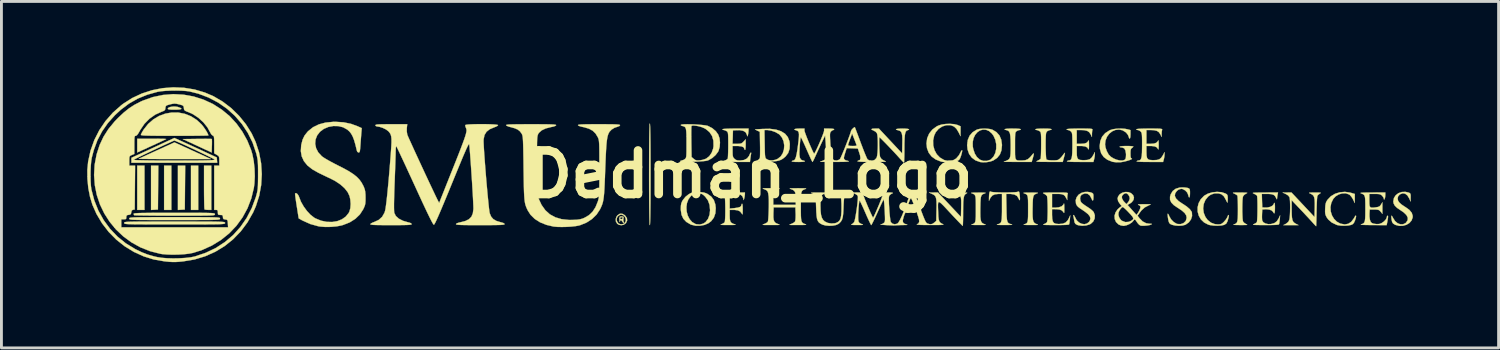
<source format=kicad_pcb>
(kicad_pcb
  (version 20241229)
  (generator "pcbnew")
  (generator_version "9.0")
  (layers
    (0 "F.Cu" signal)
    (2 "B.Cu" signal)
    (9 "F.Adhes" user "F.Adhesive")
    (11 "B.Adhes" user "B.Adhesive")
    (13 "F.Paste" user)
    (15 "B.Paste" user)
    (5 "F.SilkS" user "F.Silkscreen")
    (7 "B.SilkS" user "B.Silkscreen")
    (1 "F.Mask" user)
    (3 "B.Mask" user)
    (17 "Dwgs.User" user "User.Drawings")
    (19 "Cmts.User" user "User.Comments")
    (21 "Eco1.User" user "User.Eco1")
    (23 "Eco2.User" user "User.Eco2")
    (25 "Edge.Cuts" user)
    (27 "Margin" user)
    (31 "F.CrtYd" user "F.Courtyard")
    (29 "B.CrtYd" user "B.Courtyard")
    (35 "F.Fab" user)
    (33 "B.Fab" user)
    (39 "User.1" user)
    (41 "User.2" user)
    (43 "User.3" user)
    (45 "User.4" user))
  (footprint "Dedman_Logo"
    (layer "F.Cu")
    (at 23.189 3.048)
    (property "Reference" "Dedman_Logo" (at 0 0 0) (layer "F.SilkS") (effects (font (size 1.524 1.524) (thickness 0.3))))
    (attr through_hole)
    (fp_poly (pts (xy -21.184 1.245) (xy -21.438 1.245) (xy -21.438 -0.305) (xy -21.184 -0.305) (xy -21.184 1.245)) (stroke (width 0.01) (type solid)) (fill yes) (layer "F.SilkS"))
    (fp_poly (pts (xy -20.244 1.245) (xy -20.498 1.245) (xy -20.498 -0.305) (xy -20.244 -0.305) (xy -20.244 1.245)) (stroke (width 0.01) (type solid)) (fill yes) (layer "F.SilkS"))
    (fp_poly (pts (xy -19.304 1.245) (xy -19.558 1.245) (xy -19.558 -0.305) (xy -19.304 -0.305) (xy -19.304 1.245)) (stroke (width 0.01) (type solid)) (fill yes) (layer "F.SilkS"))
    (fp_poly (pts (xy -20.714 1.232) (xy -20.834 1.24) (xy -20.955 1.247) (xy -20.955 -0.305) (xy -20.7 -0.305) (xy -20.714 1.232)) (stroke (width 0.01) (type solid)) (fill yes) (layer "F.SilkS"))
    (fp_poly (pts (xy -19.774 1.232) (xy -19.895 1.24) (xy -20.015 1.247) (xy -20.015 -0.305) (xy -19.76 -0.305) (xy -19.774 1.232)) (stroke (width 0.01) (type solid)) (fill yes) (layer "F.SilkS"))
    (fp_poly (pts (xy -18.941 -1.24) (xy -18.865 -1.239) (xy -18.831 -1.236) (xy -18.829 -1.236) (xy -18.826 -1.208) (xy -18.824 -1.141) (xy -18.825 -1.047) (xy -18.827 -0.994) (xy -18.834 -0.763) (xy -19.845 -1.232) (xy -19.342 -1.239) (xy -19.188 -1.24) (xy -19.052 -1.241) (xy -18.941 -1.24)) (stroke (width 0.01) (type solid)) (fill yes) (layer "F.SilkS"))
    (fp_poly (pts (xy -18.847 1.245) (xy -18.957 1.245) (xy -19.028 1.241) (xy -19.076 1.232) (xy -19.084 1.228) (xy -19.088 1.199) (xy -19.092 1.126) (xy -19.095 1.015) (xy -19.098 0.872) (xy -19.1 0.704) (xy -19.101 0.518) (xy -19.101 0.453) (xy -19.101 -0.305) (xy -18.847 -0.305) (xy -18.847 1.245)) (stroke (width 0.01) (type solid)) (fill yes) (layer "F.SilkS"))
    (fp_poly (pts (xy -20.771 -1.244) (xy -20.637 -1.243) (xy -20.529 -1.241) (xy -20.456 -1.238) (xy -20.424 -1.235) (xy -20.424 -1.234) (xy -20.45 -1.22) (xy -20.515 -1.188) (xy -20.615 -1.142) (xy -20.741 -1.083) (xy -20.888 -1.015) (xy -21.05 -0.941) (xy -21.219 -0.863) (xy -21.279 -0.836) (xy -21.438 -0.764) (xy -21.438 -1.245) (xy -20.925 -1.245) (xy -20.771 -1.244)) (stroke (width 0.01) (type solid)) (fill yes) (layer "F.SilkS"))
    (fp_poly (pts (xy -20.027 -2.359) (xy -20.017 -2.356) (xy -19.93 -2.325) (xy -19.892 -2.3) (xy -19.904 -2.281) (xy -19.965 -2.267) (xy -20.074 -2.261) (xy -20.127 -2.261) (xy -20.245 -2.262) (xy -20.319 -2.268) (xy -20.358 -2.278) (xy -20.371 -2.295) (xy -20.371 -2.296) (xy -20.348 -2.329) (xy -20.288 -2.354) (xy -20.206 -2.369) (xy -20.114 -2.371) (xy -20.027 -2.359)) (stroke (width 0.01) (type solid)) (fill yes) (layer "F.SilkS"))
    (fp_poly (pts (xy -19.498 -0.825) (xy -18.86 -0.534) (xy -20.127 -0.534) (xy -20.375 -0.534) (xy -20.607 -0.534) (xy -20.817 -0.535) (xy -21.002 -0.536) (xy -21.155 -0.538) (xy -21.273 -0.539) (xy -21.351 -0.541) (xy -21.384 -0.543) (xy -21.385 -0.543) (xy -21.36 -0.556) (xy -21.294 -0.587) (xy -21.195 -0.633) (xy -21.068 -0.691) (xy -20.919 -0.759) (xy -20.755 -0.834) (xy -20.136 -1.116) (xy -19.498 -0.825)) (stroke (width 0.01) (type solid)) (fill yes) (layer "F.SilkS"))
    (fp_poly (pts (xy -4.439 1.477) (xy -4.422 1.5) (xy -4.429 1.553) (xy -4.432 1.623) (xy -4.417 1.667) (xy -4.402 1.696) (xy -4.416 1.702) (xy -4.448 1.682) (xy -4.47 1.651) (xy -4.506 1.606) (xy -4.536 1.611) (xy -4.554 1.657) (xy -4.561 1.669) (xy -4.566 1.636) (xy -4.569 1.594) (xy -4.569 1.539) (xy -4.547 1.539) (xy -4.529 1.566) (xy -4.492 1.568) (xy -4.459 1.544) (xy -4.451 1.53) (xy -4.463 1.505) (xy -4.494 1.499) (xy -4.537 1.515) (xy -4.547 1.539) (xy -4.569 1.539) (xy -4.569 1.521) (xy -4.559 1.486) (xy -4.53 1.474) (xy -4.493 1.473) (xy -4.439 1.477)) (stroke (width 0.01) (type solid)) (fill yes) (layer "F.SilkS"))
    (fp_poly (pts (xy -4.387 1.427) (xy -4.367 1.446) (xy -4.307 1.53) (xy -4.298 1.615) (xy -4.339 1.703) (xy -4.345 1.711) (xy -4.415 1.763) (xy -4.504 1.781) (xy -4.593 1.764) (xy -4.648 1.727) (xy -4.692 1.651) (xy -4.697 1.56) (xy -4.692 1.545) (xy -4.663 1.545) (xy -4.659 1.629) (xy -4.613 1.708) (xy -4.608 1.713) (xy -4.542 1.747) (xy -4.463 1.747) (xy -4.393 1.714) (xy -4.384 1.704) (xy -4.348 1.635) (xy -4.349 1.558) (xy -4.379 1.488) (xy -4.432 1.435) (xy -4.5 1.411) (xy -4.553 1.42) (xy -4.626 1.471) (xy -4.663 1.545) (xy -4.692 1.545) (xy -4.666 1.472) (xy -4.637 1.434) (xy -4.556 1.381) (xy -4.472 1.379) (xy -4.387 1.427)) (stroke (width 0.01) (type solid)) (fill yes) (layer "F.SilkS"))
    (fp_poly (pts (xy -3.5 -1.753) (xy -3.495 -1.677) (xy -3.491 -1.552) (xy -3.487 -1.377) (xy -3.484 -1.153) (xy -3.482 -0.882) (xy -3.481 -0.562) (xy -3.48 -0.195) (xy -3.48 0) (xy -3.48 0.39) (xy -3.481 0.732) (xy -3.483 1.027) (xy -3.486 1.274) (xy -3.489 1.473) (xy -3.493 1.622) (xy -3.497 1.722) (xy -3.502 1.772) (xy -3.505 1.778) (xy -3.511 1.753) (xy -3.516 1.677) (xy -3.52 1.552) (xy -3.523 1.377) (xy -3.526 1.153) (xy -3.528 0.882) (xy -3.53 0.562) (xy -3.531 0.195) (xy -3.531 0) (xy -3.53 -0.39) (xy -3.529 -0.732) (xy -3.527 -1.027) (xy -3.525 -1.274) (xy -3.522 -1.473) (xy -3.518 -1.622) (xy -3.513 -1.722) (xy -3.508 -1.772) (xy -3.505 -1.778) (xy -3.5 -1.753)) (stroke (width 0.01) (type solid)) (fill yes) (layer "F.SilkS"))
    (fp_poly (pts (xy -19.999 -2.16) (xy -19.774 -2.117) (xy -19.558 -2.031) (xy -19.356 -1.902) (xy -19.188 -1.745) (xy -19.128 -1.671) (xy -19.066 -1.583) (xy -19.01 -1.495) (xy -18.969 -1.418) (xy -18.949 -1.366) (xy -18.948 -1.36) (xy -18.973 -1.357) (xy -19.043 -1.354) (xy -19.155 -1.352) (xy -19.302 -1.35) (xy -19.48 -1.348) (xy -19.683 -1.347) (xy -19.908 -1.346) (xy -20.13 -1.346) (xy -20.412 -1.346) (xy -20.647 -1.347) (xy -20.84 -1.349) (xy -20.993 -1.351) (xy -21.111 -1.354) (xy -21.198 -1.357) (xy -21.257 -1.362) (xy -21.293 -1.369) (xy -21.309 -1.376) (xy -21.311 -1.38) (xy -21.297 -1.418) (xy -21.263 -1.483) (xy -21.215 -1.562) (xy -21.213 -1.565) (xy -21.056 -1.763) (xy -20.873 -1.923) (xy -20.671 -2.043) (xy -20.453 -2.123) (xy -20.228 -2.162) (xy -19.999 -2.16)) (stroke (width 0.01) (type solid)) (fill yes) (layer "F.SilkS"))
    (fp_poly (pts (xy -19.838 1.346) (xy -19.58 1.346) (xy -19.365 1.347) (xy -19.19 1.348) (xy -19.049 1.349) (xy -18.94 1.352) (xy -18.858 1.355) (xy -18.799 1.359) (xy -18.76 1.364) (xy -18.737 1.371) (xy -18.725 1.379) (xy -18.72 1.388) (xy -18.72 1.397) (xy -18.721 1.408) (xy -18.726 1.417) (xy -18.74 1.425) (xy -18.767 1.431) (xy -18.81 1.436) (xy -18.873 1.44) (xy -18.961 1.443) (xy -19.076 1.445) (xy -19.224 1.446) (xy -19.408 1.447) (xy -19.632 1.448) (xy -19.9 1.448) (xy -20.125 1.448) (xy -20.388 1.448) (xy -20.635 1.447) (xy -20.862 1.445) (xy -21.065 1.443) (xy -21.238 1.441) (xy -21.377 1.439) (xy -21.478 1.436) (xy -21.536 1.433) (xy -21.548 1.431) (xy -21.564 1.392) (xy -21.565 1.38) (xy -21.557 1.373) (xy -21.532 1.366) (xy -21.485 1.361) (xy -21.414 1.357) (xy -21.315 1.353) (xy -21.184 1.351) (xy -21.017 1.349) (xy -20.812 1.347) (xy -20.564 1.347) (xy -20.271 1.346) (xy -20.142 1.346) (xy -19.838 1.346)) (stroke (width 0.01) (type solid)) (fill yes) (layer "F.SilkS"))
    (fp_poly (pts (xy 8.114 0.639) (xy 8.195 0.642) (xy 8.236 0.646) (xy 8.243 0.654) (xy 8.22 0.665) (xy 8.212 0.669) (xy 8.159 0.689) (xy 8.121 0.713) (xy 8.095 0.747) (xy 8.077 0.8) (xy 8.067 0.878) (xy 8.061 0.991) (xy 8.058 1.145) (xy 8.057 1.176) (xy 8.056 1.352) (xy 8.058 1.485) (xy 8.068 1.581) (xy 8.085 1.648) (xy 8.113 1.693) (xy 8.153 1.723) (xy 8.205 1.745) (xy 8.237 1.757) (xy 8.241 1.766) (xy 8.213 1.771) (xy 8.147 1.774) (xy 8.037 1.774) (xy 7.988 1.774) (xy 7.856 1.773) (xy 7.774 1.768) (xy 7.742 1.761) (xy 7.755 1.752) (xy 7.804 1.736) (xy 7.841 1.717) (xy 7.867 1.689) (xy 7.883 1.643) (xy 7.893 1.572) (xy 7.898 1.471) (xy 7.899 1.33) (xy 7.899 1.206) (xy 7.899 1.037) (xy 7.897 0.911) (xy 7.892 0.822) (xy 7.881 0.761) (xy 7.862 0.722) (xy 7.834 0.697) (xy 7.796 0.679) (xy 7.76 0.666) (xy 7.736 0.654) (xy 7.744 0.647) (xy 7.789 0.642) (xy 7.876 0.64) (xy 7.988 0.639) (xy 8.114 0.639)) (stroke (width 0.01) (type solid)) (fill yes) (layer "F.SilkS"))
    (fp_poly (pts (xy 9.943 0.639) (xy 10.024 0.642) (xy 10.065 0.646) (xy 10.071 0.654) (xy 10.049 0.665) (xy 10.04 0.669) (xy 9.988 0.689) (xy 9.95 0.713) (xy 9.923 0.747) (xy 9.906 0.8) (xy 9.896 0.878) (xy 9.89 0.991) (xy 9.887 1.145) (xy 9.886 1.176) (xy 9.884 1.352) (xy 9.887 1.485) (xy 9.897 1.581) (xy 9.914 1.648) (xy 9.942 1.693) (xy 9.982 1.723) (xy 10.034 1.745) (xy 10.065 1.757) (xy 10.07 1.766) (xy 10.042 1.771) (xy 9.976 1.774) (xy 9.866 1.774) (xy 9.817 1.774) (xy 9.685 1.773) (xy 9.603 1.768) (xy 9.57 1.761) (xy 9.584 1.752) (xy 9.633 1.736) (xy 9.67 1.717) (xy 9.695 1.689) (xy 9.712 1.643) (xy 9.722 1.572) (xy 9.727 1.471) (xy 9.728 1.33) (xy 9.728 1.206) (xy 9.728 1.037) (xy 9.726 0.911) (xy 9.72 0.822) (xy 9.709 0.761) (xy 9.691 0.722) (xy 9.663 0.697) (xy 9.624 0.679) (xy 9.588 0.666) (xy 9.565 0.654) (xy 9.573 0.647) (xy 9.618 0.642) (xy 9.705 0.64) (xy 9.817 0.639) (xy 9.943 0.639)) (stroke (width 0.01) (type solid)) (fill yes) (layer "F.SilkS"))
    (fp_poly (pts (xy 17.145 0.638) (xy 17.269 0.639) (xy 17.348 0.641) (xy 17.388 0.645) (xy 17.395 0.653) (xy 17.375 0.666) (xy 17.354 0.676) (xy 17.29 0.718) (xy 17.247 0.773) (xy 17.246 0.777) (xy 17.236 0.83) (xy 17.228 0.92) (xy 17.224 1.037) (xy 17.222 1.168) (xy 17.222 1.304) (xy 17.226 1.432) (xy 17.231 1.541) (xy 17.24 1.62) (xy 17.249 1.655) (xy 17.291 1.7) (xy 17.354 1.74) (xy 17.357 1.741) (xy 17.387 1.756) (xy 17.394 1.766) (xy 17.37 1.772) (xy 17.311 1.774) (xy 17.209 1.775) (xy 17.145 1.775) (xy 17.02 1.773) (xy 16.943 1.769) (xy 16.911 1.763) (xy 16.92 1.754) (xy 16.929 1.751) (xy 16.977 1.734) (xy 17.013 1.71) (xy 17.038 1.673) (xy 17.054 1.616) (xy 17.063 1.53) (xy 17.067 1.41) (xy 17.068 1.247) (xy 17.068 1.208) (xy 17.067 1.063) (xy 17.064 0.935) (xy 17.059 0.833) (xy 17.054 0.766) (xy 17.049 0.744) (xy 17.014 0.714) (xy 16.953 0.681) (xy 16.941 0.675) (xy 16.906 0.659) (xy 16.894 0.648) (xy 16.91 0.642) (xy 16.962 0.639) (xy 17.054 0.638) (xy 17.145 0.638)) (stroke (width 0.01) (type solid)) (fill yes) (layer "F.SilkS"))
    (fp_poly (pts (xy -19.806 1.499) (xy -19.531 1.499) (xy -19.298 1.499) (xy -19.105 1.5) (xy -18.948 1.501) (xy -18.823 1.503) (xy -18.727 1.506) (xy -18.656 1.509) (xy -18.606 1.514) (xy -18.573 1.519) (xy -18.554 1.526) (xy -18.545 1.534) (xy -18.542 1.544) (xy -18.542 1.549) (xy -18.543 1.56) (xy -18.548 1.569) (xy -18.561 1.576) (xy -18.586 1.582) (xy -18.626 1.587) (xy -18.686 1.591) (xy -18.768 1.594) (xy -18.876 1.597) (xy -19.015 1.598) (xy -19.188 1.599) (xy -19.398 1.6) (xy -19.65 1.6) (xy -19.947 1.6) (xy -20.13 1.6) (xy -20.453 1.6) (xy -20.728 1.6) (xy -20.961 1.6) (xy -21.154 1.599) (xy -21.311 1.598) (xy -21.436 1.596) (xy -21.532 1.593) (xy -21.603 1.59) (xy -21.653 1.585) (xy -21.686 1.58) (xy -21.705 1.573) (xy -21.714 1.565) (xy -21.717 1.555) (xy -21.717 1.549) (xy -21.716 1.539) (xy -21.711 1.53) (xy -21.698 1.523) (xy -21.673 1.517) (xy -21.633 1.512) (xy -21.574 1.508) (xy -21.491 1.505) (xy -21.383 1.502) (xy -21.244 1.501) (xy -21.071 1.5) (xy -20.861 1.499) (xy -20.609 1.499) (xy -20.312 1.499) (xy -20.13 1.499) (xy -19.806 1.499)) (stroke (width 0.01) (type solid)) (fill yes) (layer "F.SilkS"))
    (fp_poly (pts (xy 7.137 -1.755) (xy 7.253 -1.728) (xy 7.271 -1.721) (xy 7.366 -1.679) (xy 7.365 -1.506) (xy 7.364 -1.333) (xy 7.295 -1.472) (xy 7.222 -1.592) (xy 7.14 -1.669) (xy 7.04 -1.711) (xy 7.004 -1.718) (xy 6.86 -1.717) (xy 6.721 -1.672) (xy 6.597 -1.589) (xy 6.499 -1.474) (xy 6.443 -1.358) (xy 6.405 -1.182) (xy 6.41 -1.009) (xy 6.454 -0.847) (xy 6.532 -0.703) (xy 6.643 -0.587) (xy 6.781 -0.505) (xy 6.814 -0.493) (xy 6.963 -0.465) (xy 7.096 -0.486) (xy 7.212 -0.554) (xy 7.309 -0.668) (xy 7.348 -0.74) (xy 7.388 -0.816) (xy 7.414 -0.845) (xy 7.424 -0.83) (xy 7.416 -0.773) (xy 7.39 -0.675) (xy 7.387 -0.665) (xy 7.356 -0.575) (xy 7.327 -0.52) (xy 7.289 -0.487) (xy 7.247 -0.466) (xy 7.127 -0.433) (xy 6.98 -0.418) (xy 6.828 -0.421) (xy 6.692 -0.443) (xy 6.682 -0.445) (xy 6.498 -0.518) (xy 6.354 -0.621) (xy 6.252 -0.753) (xy 6.191 -0.913) (xy 6.173 -1.079) (xy 6.197 -1.261) (xy 6.266 -1.423) (xy 6.377 -1.563) (xy 6.527 -1.674) (xy 6.591 -1.706) (xy 6.704 -1.741) (xy 6.845 -1.761) (xy 6.995 -1.766) (xy 7.137 -1.755)) (stroke (width 0.01) (type solid)) (fill yes) (layer "F.SilkS"))
    (fp_poly (pts (xy 8.281 -1.597) (xy 8.399 -1.583) (xy 8.478 -1.561) (xy 8.621 -1.476) (xy 8.725 -1.36) (xy 8.789 -1.212) (xy 8.814 -1.034) (xy 8.814 -1.016) (xy 8.796 -0.838) (xy 8.742 -0.694) (xy 8.648 -0.577) (xy 8.512 -0.485) (xy 8.509 -0.483) (xy 8.406 -0.447) (xy 8.277 -0.424) (xy 8.146 -0.419) (xy 8.052 -0.429) (xy 7.888 -0.487) (xy 7.759 -0.582) (xy 7.665 -0.71) (xy 7.61 -0.869) (xy 7.595 -1.022) (xy 7.608 -1.124) (xy 7.79 -1.124) (xy 7.793 -0.973) (xy 7.81 -0.884) (xy 7.864 -0.724) (xy 7.937 -0.605) (xy 8.034 -0.519) (xy 8.051 -0.509) (xy 8.161 -0.47) (xy 8.284 -0.469) (xy 8.397 -0.506) (xy 8.429 -0.526) (xy 8.52 -0.621) (xy 8.582 -0.748) (xy 8.613 -0.894) (xy 8.614 -1.049) (xy 8.583 -1.203) (xy 8.521 -1.344) (xy 8.466 -1.421) (xy 8.363 -1.513) (xy 8.254 -1.559) (xy 8.146 -1.564) (xy 8.042 -1.533) (xy 7.95 -1.469) (xy 7.874 -1.376) (xy 7.818 -1.26) (xy 7.79 -1.124) (xy 7.608 -1.124) (xy 7.617 -1.199) (xy 7.681 -1.35) (xy 7.786 -1.471) (xy 7.929 -1.56) (xy 7.943 -1.566) (xy 8.033 -1.588) (xy 8.152 -1.599) (xy 8.281 -1.597)) (stroke (width 0.01) (type solid)) (fill yes) (layer "F.SilkS"))
    (fp_poly (pts (xy 20.996 0.64) (xy 21.014 0.645) (xy 21.158 0.687) (xy 21.157 0.845) (xy 21.156 1.003) (xy 21.095 0.876) (xy 21.043 0.791) (xy 20.985 0.724) (xy 20.958 0.705) (xy 20.846 0.666) (xy 20.72 0.667) (xy 20.595 0.704) (xy 20.483 0.774) (xy 20.405 0.859) (xy 20.335 1.001) (xy 20.307 1.149) (xy 20.315 1.297) (xy 20.358 1.436) (xy 20.431 1.559) (xy 20.53 1.658) (xy 20.653 1.725) (xy 20.796 1.752) (xy 20.811 1.753) (xy 20.931 1.73) (xy 21.035 1.66) (xy 21.124 1.542) (xy 21.139 1.514) (xy 21.175 1.456) (xy 21.197 1.443) (xy 21.203 1.468) (xy 21.193 1.528) (xy 21.165 1.615) (xy 21.129 1.695) (xy 21.089 1.742) (xy 21.031 1.77) (xy 21.03 1.77) (xy 20.931 1.791) (xy 20.805 1.8) (xy 20.674 1.796) (xy 20.561 1.78) (xy 20.52 1.768) (xy 20.352 1.687) (xy 20.228 1.579) (xy 20.177 1.509) (xy 20.144 1.445) (xy 20.125 1.387) (xy 20.118 1.316) (xy 20.12 1.216) (xy 20.121 1.195) (xy 20.128 1.086) (xy 20.142 1.01) (xy 20.166 0.949) (xy 20.206 0.887) (xy 20.32 0.768) (xy 20.466 0.681) (xy 20.634 0.629) (xy 20.814 0.614) (xy 20.996 0.64)) (stroke (width 0.01) (type solid)) (fill yes) (layer "F.SilkS"))
    (fp_poly (pts (xy 9.311 -1.598) (xy 9.407 -1.592) (xy 9.463 -1.583) (xy 9.474 -1.575) (xy 9.453 -1.553) (xy 9.429 -1.549) (xy 9.374 -1.535) (xy 9.327 -1.51) (xy 9.308 -1.494) (xy 9.293 -1.474) (xy 9.283 -1.442) (xy 9.277 -1.391) (xy 9.273 -1.313) (xy 9.271 -1.201) (xy 9.271 -1.048) (xy 9.271 -0.992) (xy 9.271 -0.819) (xy 9.272 -0.69) (xy 9.278 -0.599) (xy 9.292 -0.54) (xy 9.316 -0.505) (xy 9.355 -0.488) (xy 9.411 -0.483) (xy 9.486 -0.483) (xy 9.512 -0.483) (xy 9.63 -0.493) (xy 9.72 -0.529) (xy 9.801 -0.6) (xy 9.848 -0.656) (xy 9.896 -0.714) (xy 9.922 -0.732) (xy 9.928 -0.708) (xy 9.914 -0.64) (xy 9.892 -0.563) (xy 9.853 -0.432) (xy 9.365 -0.434) (xy 8.877 -0.435) (xy 8.982 -0.482) (xy 9.029 -0.506) (xy 9.064 -0.535) (xy 9.089 -0.576) (xy 9.105 -0.637) (xy 9.114 -0.725) (xy 9.118 -0.848) (xy 9.119 -1.014) (xy 9.119 -1.028) (xy 9.116 -1.203) (xy 9.108 -1.334) (xy 9.093 -1.427) (xy 9.068 -1.488) (xy 9.033 -1.524) (xy 8.988 -1.541) (xy 8.921 -1.559) (xy 8.903 -1.574) (xy 8.931 -1.586) (xy 9.003 -1.595) (xy 9.117 -1.6) (xy 9.181 -1.6) (xy 9.311 -1.598)) (stroke (width 0.01) (type solid)) (fill yes) (layer "F.SilkS"))
    (fp_poly (pts (xy 23.034 0.637) (xy 23.079 0.656) (xy 23.103 0.682) (xy 23.112 0.729) (xy 23.112 0.809) (xy 23.11 0.953) (xy 23.064 0.848) (xy 22.999 0.741) (xy 22.921 0.679) (xy 22.835 0.664) (xy 22.745 0.698) (xy 22.724 0.713) (xy 22.67 0.777) (xy 22.657 0.851) (xy 22.67 0.919) (xy 22.712 0.984) (xy 22.789 1.054) (xy 22.907 1.134) (xy 22.936 1.151) (xy 23.068 1.247) (xy 23.15 1.347) (xy 23.183 1.453) (xy 23.182 1.507) (xy 23.144 1.615) (xy 23.068 1.703) (xy 22.964 1.766) (xy 22.842 1.801) (xy 22.711 1.804) (xy 22.582 1.771) (xy 22.556 1.759) (xy 22.497 1.721) (xy 22.465 1.672) (xy 22.447 1.6) (xy 22.435 1.504) (xy 22.437 1.454) (xy 22.452 1.451) (xy 22.481 1.496) (xy 22.498 1.53) (xy 22.565 1.635) (xy 22.651 1.709) (xy 22.748 1.748) (xy 22.844 1.748) (xy 22.932 1.707) (xy 22.95 1.69) (xy 23.006 1.607) (xy 23.011 1.52) (xy 22.966 1.429) (xy 22.872 1.335) (xy 22.758 1.257) (xy 22.635 1.173) (xy 22.555 1.094) (xy 22.514 1.015) (xy 22.504 0.948) (xy 22.527 0.829) (xy 22.59 0.732) (xy 22.683 0.66) (xy 22.799 0.619) (xy 22.93 0.614) (xy 23.034 0.637)) (stroke (width 0.01) (type solid)) (fill yes) (layer "F.SilkS"))
    (fp_poly (pts (xy -19.803 -1.12) (xy -19.658 -1.054) (xy -19.486 -0.975) (xy -19.303 -0.891) (xy -19.128 -0.81) (xy -19.063 -0.779) (xy -18.656 -0.59) (xy -18.641 -0.406) (xy -21.641 -0.406) (xy -21.641 -0.505) (xy -21.565 -0.505) (xy -21.54 -0.501) (xy -21.469 -0.497) (xy -21.356 -0.493) (xy -21.205 -0.49) (xy -21.022 -0.487) (xy -20.809 -0.485) (xy -20.573 -0.484) (xy -20.316 -0.483) (xy -20.14 -0.483) (xy -19.819 -0.483) (xy -19.547 -0.484) (xy -19.319 -0.485) (xy -19.133 -0.487) (xy -18.986 -0.49) (xy -18.874 -0.493) (xy -18.796 -0.498) (xy -18.748 -0.503) (xy -18.727 -0.51) (xy -18.726 -0.513) (xy -18.75 -0.529) (xy -18.813 -0.563) (xy -18.909 -0.612) (xy -19.03 -0.672) (xy -19.17 -0.74) (xy -19.322 -0.813) (xy -19.479 -0.887) (xy -19.634 -0.959) (xy -19.78 -1.027) (xy -19.91 -1.086) (xy -20.018 -1.133) (xy -20.096 -1.166) (xy -20.138 -1.181) (xy -20.142 -1.182) (xy -20.257 -1.131) (xy -20.393 -1.069) (xy -20.546 -0.999) (xy -20.707 -0.923) (xy -20.872 -0.846) (xy -21.033 -0.77) (xy -21.184 -0.697) (xy -21.318 -0.632) (xy -21.429 -0.577) (xy -21.511 -0.536) (xy -21.557 -0.511) (xy -21.565 -0.505) (xy -21.641 -0.505) (xy -21.641 -0.577) (xy -20.889 -0.924) (xy -20.138 -1.272) (xy -19.803 -1.12)) (stroke (width 0.01) (type solid)) (fill yes) (layer "F.SilkS"))
    (fp_poly (pts (xy -19.788 1.651) (xy -19.493 1.651) (xy -19.242 1.652) (xy -19.031 1.652) (xy -18.857 1.653) (xy -18.717 1.655) (xy -18.606 1.657) (xy -18.521 1.66) (xy -18.458 1.664) (xy -18.415 1.669) (xy -18.388 1.674) (xy -18.373 1.681) (xy -18.366 1.689) (xy -18.364 1.699) (xy -18.364 1.702) (xy -18.365 1.712) (xy -18.37 1.72) (xy -18.382 1.727) (xy -18.406 1.733) (xy -18.444 1.738) (xy -18.5 1.742) (xy -18.577 1.746) (xy -18.68 1.748) (xy -18.812 1.75) (xy -18.975 1.751) (xy -19.175 1.752) (xy -19.413 1.752) (xy -19.694 1.753) (xy -20.022 1.753) (xy -20.13 1.753) (xy -20.471 1.753) (xy -20.766 1.752) (xy -21.017 1.752) (xy -21.228 1.751) (xy -21.402 1.75) (xy -21.542 1.749) (xy -21.653 1.746) (xy -21.738 1.744) (xy -21.801 1.74) (xy -21.844 1.735) (xy -21.871 1.729) (xy -21.886 1.722) (xy -21.893 1.714) (xy -21.895 1.705) (xy -21.895 1.702) (xy -21.894 1.692) (xy -21.889 1.683) (xy -21.877 1.676) (xy -21.853 1.67) (xy -21.815 1.665) (xy -21.759 1.661) (xy -21.682 1.658) (xy -21.579 1.656) (xy -21.447 1.654) (xy -21.284 1.652) (xy -21.084 1.652) (xy -20.846 1.651) (xy -20.565 1.651) (xy -20.237 1.651) (xy -20.13 1.651) (xy -19.788 1.651)) (stroke (width 0.01) (type solid)) (fill yes) (layer "F.SilkS"))
    (fp_poly (pts (xy 16.496 0.626) (xy 16.631 0.67) (xy 16.634 0.672) (xy 16.68 0.699) (xy 16.703 0.732) (xy 16.712 0.787) (xy 16.713 0.852) (xy 16.711 0.928) (xy 16.706 0.978) (xy 16.702 0.991) (xy 16.686 0.97) (xy 16.658 0.916) (xy 16.642 0.883) (xy 16.579 0.772) (xy 16.503 0.704) (xy 16.406 0.67) (xy 16.4 0.669) (xy 16.25 0.667) (xy 16.116 0.714) (xy 16.028 0.777) (xy 15.931 0.897) (xy 15.872 1.04) (xy 15.853 1.194) (xy 15.873 1.349) (xy 15.933 1.494) (xy 16.009 1.597) (xy 16.128 1.693) (xy 16.263 1.743) (xy 16.373 1.753) (xy 16.448 1.748) (xy 16.503 1.728) (xy 16.558 1.683) (xy 16.59 1.65) (xy 16.648 1.581) (xy 16.69 1.515) (xy 16.703 1.485) (xy 16.723 1.438) (xy 16.742 1.422) (xy 16.753 1.445) (xy 16.742 1.513) (xy 16.709 1.626) (xy 16.701 1.651) (xy 16.66 1.725) (xy 16.591 1.768) (xy 16.584 1.77) (xy 16.485 1.791) (xy 16.357 1.799) (xy 16.221 1.794) (xy 16.096 1.778) (xy 16.03 1.76) (xy 15.886 1.685) (xy 15.775 1.579) (xy 15.7 1.451) (xy 15.66 1.308) (xy 15.658 1.159) (xy 15.693 1.012) (xy 15.768 0.874) (xy 15.882 0.755) (xy 15.894 0.746) (xy 16.021 0.675) (xy 16.175 0.63) (xy 16.339 0.614) (xy 16.496 0.626)) (stroke (width 0.01) (type solid)) (fill yes) (layer "F.SilkS"))
    (fp_poly (pts (xy -1.701 0.625) (xy -1.616 0.637) (xy -1.542 0.661) (xy -1.486 0.687) (xy -1.356 0.779) (xy -1.265 0.901) (xy -1.213 1.055) (xy -1.199 1.179) (xy -1.211 1.36) (xy -1.265 1.515) (xy -1.36 1.64) (xy -1.455 1.712) (xy -1.59 1.77) (xy -1.747 1.799) (xy -1.906 1.798) (xy -2.051 1.765) (xy -2.083 1.752) (xy -2.23 1.664) (xy -2.333 1.554) (xy -2.396 1.419) (xy -2.421 1.251) (xy -2.422 1.201) (xy -2.42 1.155) (xy -2.226 1.155) (xy -2.216 1.303) (xy -2.178 1.445) (xy -2.113 1.57) (xy -2.024 1.671) (xy -1.912 1.736) (xy -1.88 1.746) (xy -1.753 1.756) (xy -1.633 1.723) (xy -1.556 1.672) (xy -1.469 1.558) (xy -1.415 1.412) (xy -1.398 1.255) (xy -1.416 1.068) (xy -1.473 0.911) (xy -1.57 0.78) (xy -1.577 0.773) (xy -1.639 0.716) (xy -1.691 0.686) (xy -1.754 0.675) (xy -1.829 0.673) (xy -1.918 0.676) (xy -1.977 0.69) (xy -2.028 0.723) (xy -2.07 0.762) (xy -2.155 0.875) (xy -2.206 1.009) (xy -2.226 1.155) (xy -2.42 1.155) (xy -2.418 1.095) (xy -2.405 1.018) (xy -2.378 0.95) (xy -2.347 0.897) (xy -2.257 0.786) (xy -2.148 0.7) (xy -2.079 0.66) (xy -2.018 0.637) (xy -1.946 0.626) (xy -1.845 0.623) (xy -1.818 0.623) (xy -1.701 0.625)) (stroke (width 0.01) (type solid)) (fill yes) (layer "F.SilkS"))
    (fp_poly (pts (xy 8.415 0.602) (xy 8.417 0.605) (xy 8.448 0.615) (xy 8.52 0.624) (xy 8.622 0.63) (xy 8.746 0.634) (xy 8.88 0.636) (xy 9.016 0.635) (xy 9.143 0.632) (xy 9.252 0.627) (xy 9.331 0.62) (xy 9.372 0.61) (xy 9.398 0.601) (xy 9.415 0.616) (xy 9.426 0.663) (xy 9.436 0.739) (xy 9.444 0.836) (xy 9.441 0.893) (xy 9.429 0.907) (xy 9.408 0.875) (xy 9.395 0.842) (xy 9.341 0.758) (xy 9.247 0.706) (xy 9.113 0.686) (xy 9.092 0.686) (xy 8.962 0.686) (xy 8.971 1.168) (xy 8.974 1.345) (xy 8.979 1.479) (xy 8.987 1.576) (xy 9.001 1.643) (xy 9.022 1.687) (xy 9.053 1.715) (xy 9.095 1.734) (xy 9.144 1.748) (xy 9.171 1.759) (xy 9.164 1.766) (xy 9.118 1.77) (xy 9.031 1.773) (xy 8.903 1.773) (xy 8.77 1.773) (xy 8.684 1.77) (xy 8.641 1.765) (xy 8.636 1.758) (xy 8.661 1.749) (xy 8.712 1.733) (xy 8.75 1.712) (xy 8.777 1.681) (xy 8.795 1.63) (xy 8.806 1.555) (xy 8.811 1.448) (xy 8.814 1.302) (xy 8.814 1.164) (xy 8.814 0.686) (xy 8.693 0.686) (xy 8.567 0.7) (xy 8.476 0.743) (xy 8.412 0.821) (xy 8.402 0.839) (xy 8.359 0.927) (xy 8.36 0.8) (xy 8.365 0.704) (xy 8.377 0.633) (xy 8.395 0.596) (xy 8.415 0.602)) (stroke (width 0.01) (type solid)) (fill yes) (layer "F.SilkS"))
    (fp_poly (pts (xy 0.909 -1.564) (xy 1.087 -1.506) (xy 1.225 -1.42) (xy 1.322 -1.303) (xy 1.379 -1.158) (xy 1.392 -1.066) (xy 1.384 -0.892) (xy 1.334 -0.743) (xy 1.242 -0.623) (xy 1.229 -0.611) (xy 1.16 -0.554) (xy 1.093 -0.512) (xy 1.019 -0.483) (xy 0.928 -0.463) (xy 0.811 -0.451) (xy 0.659 -0.444) (xy 0.546 -0.441) (xy 0.395 -0.439) (xy 0.29 -0.438) (xy 0.224 -0.439) (xy 0.192 -0.444) (xy 0.189 -0.451) (xy 0.21 -0.463) (xy 0.235 -0.474) (xy 0.304 -0.516) (xy 0.342 -0.563) (xy 0.344 -0.569) (xy 0.348 -0.611) (xy 0.351 -0.695) (xy 0.352 -0.81) (xy 0.352 -0.947) (xy 0.35 -1.054) (xy 0.343 -1.486) (xy 0.259 -1.528) (xy 0.216 -1.549) (xy 0.505 -1.549) (xy 0.513 -1.065) (xy 0.516 -0.896) (xy 0.519 -0.771) (xy 0.523 -0.682) (xy 0.53 -0.622) (xy 0.539 -0.583) (xy 0.553 -0.557) (xy 0.572 -0.538) (xy 0.581 -0.531) (xy 0.667 -0.491) (xy 0.777 -0.485) (xy 0.898 -0.511) (xy 0.966 -0.541) (xy 1.071 -0.623) (xy 1.144 -0.735) (xy 1.186 -0.867) (xy 1.197 -1.009) (xy 1.175 -1.15) (xy 1.12 -1.28) (xy 1.033 -1.388) (xy 1.007 -1.408) (xy 0.89 -1.476) (xy 0.749 -1.526) (xy 0.612 -1.549) (xy 0.591 -1.549) (xy 0.505 -1.549) (xy 0.216 -1.549) (xy 0.175 -1.57) (xy 0.437 -1.587) (xy 0.692 -1.591) (xy 0.909 -1.564)) (stroke (width 0.01) (type solid)) (fill yes) (layer "F.SilkS"))
    (fp_poly (pts (xy 10.409 -1.598) (xy 10.5 -1.591) (xy 10.547 -1.58) (xy 10.548 -1.566) (xy 10.502 -1.549) (xy 10.465 -1.541) (xy 10.393 -1.506) (xy 10.361 -1.455) (xy 10.353 -1.408) (xy 10.347 -1.323) (xy 10.343 -1.211) (xy 10.342 -1.082) (xy 10.342 -0.946) (xy 10.345 -0.813) (xy 10.35 -0.694) (xy 10.356 -0.598) (xy 10.364 -0.536) (xy 10.371 -0.518) (xy 10.411 -0.502) (xy 10.485 -0.492) (xy 10.576 -0.488) (xy 10.668 -0.489) (xy 10.745 -0.497) (xy 10.776 -0.505) (xy 10.831 -0.541) (xy 10.893 -0.604) (xy 10.927 -0.647) (xy 10.972 -0.708) (xy 11.005 -0.746) (xy 11.017 -0.752) (xy 11.015 -0.725) (xy 11.002 -0.663) (xy 10.982 -0.587) (xy 10.939 -0.432) (xy 10.454 -0.434) (xy 10.287 -0.435) (xy 10.166 -0.436) (xy 10.085 -0.439) (xy 10.038 -0.443) (xy 10.021 -0.45) (xy 10.027 -0.459) (xy 10.053 -0.472) (xy 10.058 -0.475) (xy 10.121 -0.507) (xy 10.162 -0.538) (xy 10.166 -0.542) (xy 10.172 -0.576) (xy 10.177 -0.652) (xy 10.181 -0.761) (xy 10.184 -0.895) (xy 10.185 -1.021) (xy 10.185 -1.182) (xy 10.184 -1.3) (xy 10.18 -1.383) (xy 10.174 -1.437) (xy 10.165 -1.471) (xy 10.15 -1.493) (xy 10.13 -1.509) (xy 10.129 -1.51) (xy 10.07 -1.54) (xy 10.027 -1.549) (xy 9.989 -1.561) (xy 9.982 -1.575) (xy 10.007 -1.586) (xy 10.076 -1.594) (xy 10.183 -1.599) (xy 10.276 -1.6) (xy 10.409 -1.598)) (stroke (width 0.01) (type solid)) (fill yes) (layer "F.SilkS"))
    (fp_poly (pts (xy 15.213 0.462) (xy 15.294 0.473) (xy 15.327 0.482) (xy 15.364 0.5) (xy 15.383 0.529) (xy 15.391 0.582) (xy 15.392 0.66) (xy 15.388 0.75) (xy 15.376 0.801) (xy 15.359 0.808) (xy 15.341 0.77) (xy 15.331 0.725) (xy 15.293 0.636) (xy 15.222 0.562) (xy 15.136 0.516) (xy 15.084 0.508) (xy 14.996 0.533) (xy 14.933 0.582) (xy 14.873 0.668) (xy 14.862 0.755) (xy 14.902 0.844) (xy 14.992 0.935) (xy 15.115 1.019) (xy 15.275 1.124) (xy 15.386 1.22) (xy 15.448 1.306) (xy 15.459 1.337) (xy 15.465 1.459) (xy 15.427 1.577) (xy 15.351 1.681) (xy 15.244 1.758) (xy 15.222 1.768) (xy 15.124 1.793) (xy 15.001 1.801) (xy 14.874 1.792) (xy 14.766 1.767) (xy 14.753 1.762) (xy 14.703 1.738) (xy 14.67 1.707) (xy 14.648 1.659) (xy 14.63 1.582) (xy 14.617 1.492) (xy 14.609 1.41) (xy 14.615 1.377) (xy 14.634 1.393) (xy 14.665 1.457) (xy 14.671 1.473) (xy 14.732 1.576) (xy 14.818 1.665) (xy 14.915 1.725) (xy 14.959 1.739) (xy 15.068 1.742) (xy 15.165 1.707) (xy 15.237 1.639) (xy 15.249 1.617) (xy 15.275 1.526) (xy 15.261 1.441) (xy 15.206 1.355) (xy 15.106 1.266) (xy 14.96 1.17) (xy 14.96 1.17) (xy 14.824 1.077) (xy 14.737 0.986) (xy 14.694 0.89) (xy 14.693 0.785) (xy 14.718 0.697) (xy 14.787 0.585) (xy 14.891 0.506) (xy 15.027 0.464) (xy 15.12 0.457) (xy 15.213 0.462)) (stroke (width 0.01) (type solid)) (fill yes) (layer "F.SilkS"))
    (fp_poly (pts (xy 19.345 1.065) (xy 19.748 1.495) (xy 19.756 1.163) (xy 19.757 1.006) (xy 19.752 0.89) (xy 19.737 0.808) (xy 19.711 0.751) (xy 19.67 0.711) (xy 19.611 0.679) (xy 19.602 0.675) (xy 19.567 0.658) (xy 19.558 0.648) (xy 19.58 0.642) (xy 19.641 0.639) (xy 19.745 0.638) (xy 19.761 0.638) (xy 19.871 0.638) (xy 19.937 0.64) (xy 19.965 0.646) (xy 19.962 0.657) (xy 19.936 0.673) (xy 19.88 0.715) (xy 19.849 0.755) (xy 19.842 0.793) (xy 19.835 0.874) (xy 19.829 0.989) (xy 19.824 1.128) (xy 19.82 1.284) (xy 19.82 1.307) (xy 19.817 1.461) (xy 19.814 1.597) (xy 19.81 1.706) (xy 19.808 1.782) (xy 19.805 1.816) (xy 19.805 1.817) (xy 19.787 1.801) (xy 19.744 1.756) (xy 19.685 1.691) (xy 19.674 1.678) (xy 19.613 1.611) (xy 19.526 1.516) (xy 19.422 1.405) (xy 19.312 1.287) (xy 19.248 1.221) (xy 18.948 0.904) (xy 18.949 1.233) (xy 18.951 1.393) (xy 18.959 1.511) (xy 18.975 1.596) (xy 19.001 1.655) (xy 19.042 1.697) (xy 19.098 1.732) (xy 19.101 1.734) (xy 19.19 1.778) (xy 18.656 1.778) (xy 18.745 1.734) (xy 18.828 1.668) (xy 18.864 1.6) (xy 18.877 1.536) (xy 18.887 1.435) (xy 18.893 1.312) (xy 18.896 1.178) (xy 18.895 1.046) (xy 18.89 0.929) (xy 18.881 0.841) (xy 18.872 0.801) (xy 18.825 0.739) (xy 18.739 0.687) (xy 18.631 0.639) (xy 18.941 0.635) (xy 19.345 1.065)) (stroke (width 0.01) (type solid)) (fill yes) (layer "F.SilkS"))
    (fp_poly (pts (xy 11.904 0.629) (xy 11.922 0.634) (xy 11.978 0.656) (xy 12.005 0.684) (xy 12.013 0.735) (xy 12.014 0.785) (xy 12.01 0.876) (xy 11.997 0.918) (xy 11.975 0.909) (xy 11.946 0.851) (xy 11.939 0.833) (xy 11.882 0.734) (xy 11.804 0.679) (xy 11.712 0.669) (xy 11.614 0.708) (xy 11.596 0.72) (xy 11.558 0.776) (xy 11.547 0.855) (xy 11.563 0.936) (xy 11.594 0.99) (xy 11.639 1.028) (xy 11.712 1.082) (xy 11.8 1.14) (xy 11.812 1.147) (xy 11.9 1.207) (xy 11.974 1.268) (xy 12.02 1.317) (xy 12.024 1.322) (xy 12.063 1.433) (xy 12.057 1.546) (xy 12.009 1.649) (xy 11.923 1.73) (xy 11.879 1.754) (xy 11.757 1.79) (xy 11.621 1.8) (xy 11.492 1.784) (xy 11.439 1.767) (xy 11.385 1.735) (xy 11.356 1.687) (xy 11.342 1.622) (xy 11.328 1.543) (xy 11.315 1.479) (xy 11.312 1.467) (xy 11.308 1.427) (xy 11.323 1.424) (xy 11.347 1.452) (xy 11.373 1.504) (xy 11.374 1.506) (xy 11.431 1.611) (xy 11.511 1.687) (xy 11.604 1.732) (xy 11.7 1.745) (xy 11.789 1.722) (xy 11.862 1.662) (xy 11.892 1.613) (xy 11.908 1.541) (xy 11.887 1.47) (xy 11.826 1.394) (xy 11.722 1.31) (xy 11.643 1.256) (xy 11.542 1.189) (xy 11.476 1.138) (xy 11.436 1.093) (xy 11.411 1.046) (xy 11.403 1.02) (xy 11.393 0.906) (xy 11.427 0.801) (xy 11.498 0.711) (xy 11.601 0.647) (xy 11.716 0.617) (xy 11.811 0.615) (xy 11.904 0.629)) (stroke (width 0.01) (type solid)) (fill yes) (layer "F.SilkS"))
    (fp_poly (pts (xy -0.18 0.705) (xy -0.19 0.784) (xy -0.202 0.838) (xy -0.221 0.902) (xy -0.241 0.831) (xy -0.274 0.76) (xy -0.334 0.715) (xy -0.427 0.691) (xy -0.539 0.686) (xy -0.711 0.686) (xy -0.711 1.2) (xy -0.54 1.182) (xy -0.422 1.164) (xy -0.348 1.141) (xy -0.312 1.108) (xy -0.305 1.078) (xy -0.288 1.036) (xy -0.279 1.029) (xy -0.266 1.044) (xy -0.258 1.106) (xy -0.255 1.212) (xy -0.255 1.224) (xy -0.256 1.326) (xy -0.259 1.383) (xy -0.266 1.403) (xy -0.278 1.392) (xy -0.295 1.364) (xy -0.348 1.299) (xy -0.429 1.261) (xy -0.546 1.245) (xy -0.586 1.245) (xy -0.711 1.245) (xy -0.711 1.444) (xy -0.707 1.563) (xy -0.691 1.642) (xy -0.655 1.694) (xy -0.595 1.728) (xy -0.533 1.748) (xy -0.505 1.759) (xy -0.511 1.766) (xy -0.553 1.771) (xy -0.638 1.773) (xy -0.762 1.774) (xy -0.891 1.773) (xy -0.975 1.771) (xy -1.019 1.767) (xy -1.029 1.76) (xy -1.01 1.749) (xy -0.996 1.744) (xy -0.932 1.713) (xy -0.89 1.678) (xy -0.888 1.676) (xy -0.879 1.636) (xy -0.872 1.556) (xy -0.867 1.446) (xy -0.865 1.318) (xy -0.865 1.182) (xy -0.867 1.048) (xy -0.871 0.929) (xy -0.877 0.833) (xy -0.886 0.772) (xy -0.89 0.76) (xy -0.931 0.716) (xy -0.994 0.676) (xy -0.998 0.675) (xy -1.023 0.662) (xy -1.028 0.653) (xy -1.008 0.646) (xy -0.957 0.642) (xy -0.87 0.639) (xy -0.74 0.638) (xy -0.629 0.637) (xy -0.178 0.635) (xy -0.18 0.705)) (stroke (width 0.01) (type solid)) (fill yes) (layer "F.SilkS"))
    (fp_poly (pts (xy 3.386 0.685) (xy 3.35 0.71) (xy 3.323 0.739) (xy 3.303 0.781) (xy 3.29 0.843) (xy 3.281 0.934) (xy 3.274 1.06) (xy 3.269 1.21) (xy 3.26 1.372) (xy 3.245 1.494) (xy 3.219 1.584) (xy 3.179 1.654) (xy 3.123 1.712) (xy 3.091 1.737) (xy 3.01 1.774) (xy 2.897 1.796) (xy 2.77 1.801) (xy 2.645 1.791) (xy 2.54 1.763) (xy 2.526 1.757) (xy 2.458 1.721) (xy 2.407 1.682) (xy 2.371 1.63) (xy 2.345 1.559) (xy 2.329 1.46) (xy 2.319 1.326) (xy 2.312 1.151) (xy 2.307 1.012) (xy 2.301 0.891) (xy 2.294 0.798) (xy 2.288 0.741) (xy 2.285 0.727) (xy 2.254 0.709) (xy 2.197 0.681) (xy 2.183 0.675) (xy 2.149 0.659) (xy 2.137 0.648) (xy 2.154 0.642) (xy 2.205 0.639) (xy 2.296 0.638) (xy 2.4 0.638) (xy 2.526 0.639) (xy 2.607 0.641) (xy 2.648 0.646) (xy 2.656 0.653) (xy 2.634 0.664) (xy 2.62 0.67) (xy 2.558 0.696) (xy 2.515 0.731) (xy 2.488 0.781) (xy 2.472 0.857) (xy 2.465 0.967) (xy 2.464 1.097) (xy 2.469 1.277) (xy 2.484 1.415) (xy 2.513 1.519) (xy 2.557 1.595) (xy 2.618 1.652) (xy 2.72 1.7) (xy 2.844 1.72) (xy 2.967 1.713) (xy 3.025 1.695) (xy 3.09 1.659) (xy 3.137 1.609) (xy 3.17 1.536) (xy 3.189 1.434) (xy 3.199 1.295) (xy 3.2 1.16) (xy 3.199 1.032) (xy 3.193 0.918) (xy 3.186 0.83) (xy 3.177 0.78) (xy 3.177 0.779) (xy 3.127 0.719) (xy 3.043 0.678) (xy 2.934 0.639) (xy 3.2 0.637) (xy 3.467 0.635) (xy 3.386 0.685)) (stroke (width 0.01) (type solid)) (fill yes) (layer "F.SilkS"))
    (fp_poly (pts (xy 13.117 -1.592) (xy 13.214 -1.573) (xy 13.31 -1.547) (xy 13.31 -1.396) (xy 13.305 -1.307) (xy 13.292 -1.256) (xy 13.275 -1.248) (xy 13.255 -1.285) (xy 13.246 -1.32) (xy 13.217 -1.384) (xy 13.163 -1.452) (xy 13.146 -1.469) (xy 13.032 -1.54) (xy 12.91 -1.566) (xy 12.787 -1.553) (xy 12.671 -1.504) (xy 12.57 -1.423) (xy 12.489 -1.315) (xy 12.437 -1.184) (xy 12.421 -1.051) (xy 12.437 -0.939) (xy 12.48 -0.814) (xy 12.541 -0.701) (xy 12.551 -0.687) (xy 12.623 -0.614) (xy 12.718 -0.555) (xy 12.824 -0.511) (xy 12.93 -0.486) (xy 13.025 -0.482) (xy 13.099 -0.502) (xy 13.134 -0.537) (xy 13.149 -0.596) (xy 13.154 -0.683) (xy 13.151 -0.731) (xy 13.131 -0.841) (xy 13.09 -0.908) (xy 13.023 -0.937) (xy 12.987 -0.94) (xy 12.942 -0.949) (xy 12.929 -0.965) (xy 12.953 -0.977) (xy 13.02 -0.986) (xy 13.122 -0.99) (xy 13.17 -0.991) (xy 13.274 -0.989) (xy 13.355 -0.984) (xy 13.403 -0.976) (xy 13.411 -0.971) (xy 13.392 -0.944) (xy 13.36 -0.92) (xy 13.332 -0.894) (xy 13.316 -0.85) (xy 13.31 -0.777) (xy 13.31 -0.726) (xy 13.312 -0.634) (xy 13.321 -0.582) (xy 13.34 -0.558) (xy 13.354 -0.553) (xy 13.365 -0.541) (xy 13.336 -0.521) (xy 13.277 -0.497) (xy 13.198 -0.472) (xy 13.108 -0.449) (xy 13.018 -0.431) (xy 12.954 -0.422) (xy 12.811 -0.42) (xy 12.687 -0.436) (xy 12.673 -0.44) (xy 12.503 -0.508) (xy 12.373 -0.606) (xy 12.285 -0.732) (xy 12.24 -0.888) (xy 12.232 -0.989) (xy 12.254 -1.165) (xy 12.318 -1.316) (xy 12.426 -1.44) (xy 12.577 -1.538) (xy 12.598 -1.547) (xy 12.7 -1.578) (xy 12.833 -1.596) (xy 12.978 -1.601) (xy 13.117 -1.592)) (stroke (width 0.01) (type solid)) (fill yes) (layer "F.SilkS"))
    (fp_poly (pts (xy 11.698 -1.6) (xy 11.818 -1.598) (xy 11.899 -1.595) (xy 11.949 -1.589) (xy 11.974 -1.58) (xy 11.981 -1.568) (xy 11.979 -1.56) (xy 11.969 -1.51) (xy 11.963 -1.435) (xy 11.962 -1.414) (xy 11.961 -1.308) (xy 11.918 -1.396) (xy 11.866 -1.473) (xy 11.795 -1.52) (xy 11.693 -1.544) (xy 11.589 -1.549) (xy 11.43 -1.549) (xy 11.43 -1.067) (xy 11.571 -1.067) (xy 11.694 -1.075) (xy 11.776 -1.103) (xy 11.825 -1.154) (xy 11.836 -1.176) (xy 11.848 -1.189) (xy 11.855 -1.156) (xy 11.858 -1.075) (xy 11.859 -1.029) (xy 11.857 -0.928) (xy 11.851 -0.876) (xy 11.841 -0.871) (xy 11.836 -0.881) (xy 11.795 -0.94) (xy 11.725 -0.975) (xy 11.617 -0.99) (xy 11.571 -0.991) (xy 11.43 -0.991) (xy 11.43 -0.792) (xy 11.433 -0.665) (xy 11.448 -0.581) (xy 11.482 -0.53) (xy 11.541 -0.504) (xy 11.632 -0.496) (xy 11.679 -0.495) (xy 11.799 -0.502) (xy 11.884 -0.527) (xy 11.948 -0.58) (xy 12.006 -0.667) (xy 12.016 -0.686) (xy 12.063 -0.775) (xy 12.064 -0.699) (xy 12.057 -0.621) (xy 12.04 -0.534) (xy 12.038 -0.527) (xy 12.012 -0.432) (xy 11.542 -0.432) (xy 11.358 -0.433) (xy 11.22 -0.437) (xy 11.13 -0.443) (xy 11.089 -0.452) (xy 11.087 -0.457) (xy 11.123 -0.479) (xy 11.151 -0.483) (xy 11.193 -0.49) (xy 11.226 -0.514) (xy 11.249 -0.562) (xy 11.264 -0.64) (xy 11.273 -0.753) (xy 11.277 -0.908) (xy 11.278 -1.022) (xy 11.277 -1.179) (xy 11.275 -1.295) (xy 11.271 -1.375) (xy 11.264 -1.429) (xy 11.253 -1.464) (xy 11.236 -1.488) (xy 11.227 -1.499) (xy 11.172 -1.537) (xy 11.125 -1.549) (xy 11.084 -1.56) (xy 11.074 -1.575) (xy 11.099 -1.584) (xy 11.171 -1.592) (xy 11.288 -1.597) (xy 11.444 -1.6) (xy 11.534 -1.6) (xy 11.698 -1.6)) (stroke (width 0.01) (type solid)) (fill yes) (layer "F.SilkS"))
    (fp_poly (pts (xy 14.137 -1.6) (xy 14.256 -1.598) (xy 14.338 -1.595) (xy 14.388 -1.589) (xy 14.413 -1.58) (xy 14.419 -1.568) (xy 14.417 -1.56) (xy 14.407 -1.51) (xy 14.401 -1.435) (xy 14.401 -1.414) (xy 14.399 -1.308) (xy 14.356 -1.396) (xy 14.304 -1.473) (xy 14.233 -1.52) (xy 14.131 -1.544) (xy 14.027 -1.549) (xy 13.868 -1.549) (xy 13.868 -1.067) (xy 14.01 -1.067) (xy 14.132 -1.075) (xy 14.214 -1.103) (xy 14.264 -1.154) (xy 14.275 -1.176) (xy 14.286 -1.189) (xy 14.293 -1.156) (xy 14.297 -1.075) (xy 14.297 -1.029) (xy 14.295 -0.928) (xy 14.29 -0.876) (xy 14.28 -0.871) (xy 14.275 -0.881) (xy 14.234 -0.94) (xy 14.163 -0.975) (xy 14.055 -0.99) (xy 14.01 -0.991) (xy 13.868 -0.991) (xy 13.868 -0.792) (xy 13.872 -0.665) (xy 13.887 -0.581) (xy 13.92 -0.53) (xy 13.979 -0.504) (xy 14.071 -0.496) (xy 14.118 -0.495) (xy 14.238 -0.502) (xy 14.322 -0.527) (xy 14.386 -0.58) (xy 14.444 -0.667) (xy 14.454 -0.686) (xy 14.501 -0.775) (xy 14.502 -0.699) (xy 14.496 -0.621) (xy 14.479 -0.534) (xy 14.477 -0.527) (xy 14.45 -0.432) (xy 13.98 -0.432) (xy 13.796 -0.433) (xy 13.659 -0.437) (xy 13.569 -0.443) (xy 13.528 -0.452) (xy 13.525 -0.457) (xy 13.561 -0.479) (xy 13.589 -0.483) (xy 13.632 -0.49) (xy 13.664 -0.514) (xy 13.687 -0.562) (xy 13.703 -0.64) (xy 13.712 -0.753) (xy 13.715 -0.908) (xy 13.716 -1.022) (xy 13.716 -1.179) (xy 13.714 -1.295) (xy 13.71 -1.375) (xy 13.702 -1.429) (xy 13.691 -1.464) (xy 13.675 -1.488) (xy 13.665 -1.499) (xy 13.61 -1.537) (xy 13.564 -1.549) (xy 13.522 -1.56) (xy 13.513 -1.575) (xy 13.538 -1.584) (xy 13.61 -1.592) (xy 13.726 -1.597) (xy 13.883 -1.6) (xy 13.973 -1.6) (xy 14.137 -1.6)) (stroke (width 0.01) (type solid)) (fill yes) (layer "F.SilkS"))
    (fp_poly (pts (xy -0.053 -1.518) (xy -0.061 -1.437) (xy -0.074 -1.372) (xy -0.088 -1.332) (xy -0.097 -1.334) (xy -0.11 -1.381) (xy -0.113 -1.393) (xy -0.155 -1.472) (xy -0.239 -1.522) (xy -0.364 -1.545) (xy -0.453 -1.544) (xy -0.597 -1.537) (xy -0.604 -1.302) (xy -0.612 -1.067) (xy -0.456 -1.067) (xy -0.365 -1.069) (xy -0.307 -1.081) (xy -0.263 -1.109) (xy -0.226 -1.146) (xy -0.152 -1.225) (xy -0.152 -1.03) (xy -0.155 -0.926) (xy -0.164 -0.865) (xy -0.178 -0.851) (xy -0.201 -0.888) (xy -0.203 -0.902) (xy -0.227 -0.947) (xy -0.298 -0.977) (xy -0.414 -0.99) (xy -0.456 -0.991) (xy -0.61 -0.991) (xy -0.61 -0.799) (xy -0.608 -0.697) (xy -0.6 -0.631) (xy -0.582 -0.586) (xy -0.55 -0.548) (xy -0.547 -0.545) (xy -0.497 -0.506) (xy -0.435 -0.487) (xy -0.35 -0.483) (xy -0.21 -0.501) (xy -0.104 -0.555) (xy -0.035 -0.643) (xy -0.023 -0.671) (xy 0.004 -0.731) (xy 0.027 -0.76) (xy 0.04 -0.755) (xy 0.037 -0.718) (xy 0.028 -0.666) (xy 0.017 -0.588) (xy 0.012 -0.552) (xy -0.003 -0.432) (xy -0.491 -0.434) (xy -0.658 -0.435) (xy -0.78 -0.436) (xy -0.862 -0.439) (xy -0.909 -0.443) (xy -0.927 -0.45) (xy -0.92 -0.459) (xy -0.895 -0.472) (xy -0.889 -0.475) (xy -0.826 -0.507) (xy -0.785 -0.538) (xy -0.781 -0.542) (xy -0.775 -0.576) (xy -0.77 -0.652) (xy -0.766 -0.761) (xy -0.763 -0.895) (xy -0.762 -1.021) (xy -0.762 -1.182) (xy -0.764 -1.3) (xy -0.767 -1.383) (xy -0.773 -1.437) (xy -0.783 -1.471) (xy -0.797 -1.493) (xy -0.817 -1.509) (xy -0.818 -1.51) (xy -0.878 -1.54) (xy -0.92 -1.549) (xy -0.958 -1.561) (xy -0.965 -1.575) (xy -0.94 -1.585) (xy -0.868 -1.592) (xy -0.752 -1.597) (xy -0.595 -1.6) (xy -0.508 -1.6) (xy -0.051 -1.6) (xy -0.053 -1.518)) (stroke (width 0.01) (type solid)) (fill yes) (layer "F.SilkS"))
    (fp_poly (pts (xy 18.456 0.714) (xy 18.444 0.789) (xy 18.438 0.848) (xy 18.434 0.875) (xy 18.42 0.861) (xy 18.401 0.82) (xy 18.364 0.756) (xy 18.314 0.716) (xy 18.239 0.694) (xy 18.129 0.686) (xy 18.086 0.686) (xy 17.905 0.686) (xy 17.912 0.921) (xy 17.92 1.156) (xy 18 1.164) (xy 18.106 1.161) (xy 18.204 1.137) (xy 18.279 1.097) (xy 18.314 1.053) (xy 18.336 1.005) (xy 18.351 0.998) (xy 18.36 1.036) (xy 18.364 1.12) (xy 18.364 1.181) (xy 18.361 1.292) (xy 18.351 1.354) (xy 18.334 1.367) (xy 18.309 1.334) (xy 18.3 1.316) (xy 18.252 1.266) (xy 18.167 1.234) (xy 18.058 1.222) (xy 18.012 1.224) (xy 17.92 1.232) (xy 17.912 1.396) (xy 17.91 1.492) (xy 17.913 1.575) (xy 17.919 1.62) (xy 17.958 1.678) (xy 18.032 1.721) (xy 18.127 1.743) (xy 18.223 1.741) (xy 18.343 1.707) (xy 18.43 1.643) (xy 18.495 1.541) (xy 18.545 1.435) (xy 18.533 1.58) (xy 18.523 1.664) (xy 18.512 1.728) (xy 18.504 1.752) (xy 18.473 1.762) (xy 18.394 1.769) (xy 18.272 1.774) (xy 18.109 1.776) (xy 18.013 1.776) (xy 17.848 1.775) (xy 17.729 1.773) (xy 17.651 1.77) (xy 17.608 1.764) (xy 17.598 1.757) (xy 17.613 1.747) (xy 17.623 1.744) (xy 17.686 1.713) (xy 17.728 1.678) (xy 17.73 1.676) (xy 17.738 1.639) (xy 17.744 1.561) (xy 17.749 1.454) (xy 17.752 1.327) (xy 17.753 1.192) (xy 17.753 1.057) (xy 17.751 0.935) (xy 17.747 0.835) (xy 17.741 0.768) (xy 17.735 0.746) (xy 17.701 0.717) (xy 17.641 0.684) (xy 17.628 0.678) (xy 17.599 0.664) (xy 17.589 0.654) (xy 17.602 0.647) (xy 17.644 0.643) (xy 17.72 0.64) (xy 17.837 0.638) (xy 17.998 0.637) (xy 18.005 0.637) (xy 18.472 0.635) (xy 18.456 0.714)) (stroke (width 0.01) (type solid)) (fill yes) (layer "F.SilkS"))
    (fp_poly (pts (xy -2.067 -1.75) (xy -1.929 -1.745) (xy -1.792 -1.736) (xy -1.666 -1.725) (xy -1.56 -1.712) (xy -1.485 -1.697) (xy -1.472 -1.692) (xy -1.321 -1.614) (xy -1.194 -1.505) (xy -1.111 -1.388) (xy -1.067 -1.261) (xy -1.051 -1.112) (xy -1.062 -0.96) (xy -1.1 -0.825) (xy -1.118 -0.789) (xy -1.204 -0.674) (xy -1.32 -0.571) (xy -1.448 -0.497) (xy -1.493 -0.48) (xy -1.55 -0.469) (xy -1.64 -0.459) (xy -1.754 -0.45) (xy -1.883 -0.443) (xy -2.017 -0.438) (xy -2.148 -0.436) (xy -2.265 -0.435) (xy -2.362 -0.438) (xy -2.427 -0.444) (xy -2.453 -0.453) (xy -2.453 -0.455) (xy -2.415 -0.479) (xy -2.389 -0.483) (xy -2.336 -0.498) (xy -2.282 -0.531) (xy -2.262 -0.549) (xy -2.247 -0.57) (xy -2.236 -0.6) (xy -2.229 -0.648) (xy -2.225 -0.721) (xy -2.223 -0.825) (xy -2.223 -0.968) (xy -2.223 -1.086) (xy -2.223 -1.271) (xy -2.226 -1.412) (xy -2.229 -1.467) (xy -2.055 -1.467) (xy -2.055 -1.329) (xy -2.053 -1.173) (xy -2.053 -1.131) (xy -2.045 -0.605) (xy -1.97 -0.541) (xy -1.916 -0.502) (xy -1.861 -0.486) (xy -1.781 -0.487) (xy -1.765 -0.488) (xy -1.664 -0.505) (xy -1.566 -0.536) (xy -1.534 -0.55) (xy -1.426 -0.633) (xy -1.343 -0.754) (xy -1.29 -0.902) (xy -1.277 -0.988) (xy -1.281 -1.176) (xy -1.328 -1.339) (xy -1.418 -1.476) (xy -1.55 -1.585) (xy -1.603 -1.614) (xy -1.69 -1.651) (xy -1.789 -1.68) (xy -1.887 -1.699) (xy -1.972 -1.707) (xy -2.03 -1.702) (xy -2.048 -1.688) (xy -2.052 -1.655) (xy -2.054 -1.578) (xy -2.055 -1.467) (xy -2.229 -1.467) (xy -2.232 -1.514) (xy -2.243 -1.586) (xy -2.261 -1.633) (xy -2.287 -1.662) (xy -2.323 -1.679) (xy -2.366 -1.69) (xy -2.418 -1.709) (xy -2.419 -1.732) (xy -2.418 -1.732) (xy -2.38 -1.744) (xy -2.303 -1.75) (xy -2.195 -1.752) (xy -2.067 -1.75)) (stroke (width 0.01) (type solid)) (fill yes) (layer "F.SilkS"))
    (fp_poly (pts (xy 22.225 0.73) (xy 22.218 0.804) (xy 22.202 0.859) (xy 22.2 0.864) (xy 22.18 0.887) (xy 22.175 0.862) (xy 22.175 0.856) (xy 22.157 0.808) (xy 22.116 0.752) (xy 22.112 0.748) (xy 22.073 0.716) (xy 22.03 0.697) (xy 21.966 0.688) (xy 21.867 0.686) (xy 21.858 0.686) (xy 21.666 0.686) (xy 21.666 0.915) (xy 21.668 1.034) (xy 21.677 1.11) (xy 21.702 1.152) (xy 21.748 1.167) (xy 21.825 1.164) (xy 21.884 1.157) (xy 21.97 1.142) (xy 22.023 1.12) (xy 22.06 1.08) (xy 22.074 1.058) (xy 22.123 0.978) (xy 22.123 1.181) (xy 22.123 1.384) (xy 22.062 1.308) (xy 22.024 1.267) (xy 21.985 1.244) (xy 21.926 1.234) (xy 21.84 1.232) (xy 21.679 1.232) (xy 21.671 1.372) (xy 21.671 1.471) (xy 21.682 1.567) (xy 21.691 1.606) (xy 21.717 1.671) (xy 21.76 1.707) (xy 21.82 1.728) (xy 21.912 1.741) (xy 22.005 1.739) (xy 22.016 1.737) (xy 22.096 1.707) (xy 22.175 1.652) (xy 22.238 1.586) (xy 22.273 1.521) (xy 22.276 1.501) (xy 22.287 1.459) (xy 22.304 1.448) (xy 22.318 1.457) (xy 22.321 1.488) (xy 22.314 1.55) (xy 22.297 1.651) (xy 22.286 1.708) (xy 22.272 1.778) (xy 21.785 1.776) (xy 21.607 1.774) (xy 21.479 1.771) (xy 21.399 1.766) (xy 21.366 1.759) (xy 21.377 1.75) (xy 21.428 1.733) (xy 21.466 1.711) (xy 21.493 1.676) (xy 21.51 1.622) (xy 21.52 1.541) (xy 21.525 1.426) (xy 21.526 1.269) (xy 21.526 1.204) (xy 21.526 1.036) (xy 21.523 0.912) (xy 21.517 0.824) (xy 21.503 0.764) (xy 21.482 0.724) (xy 21.45 0.698) (xy 21.405 0.678) (xy 21.379 0.669) (xy 21.358 0.658) (xy 21.362 0.65) (xy 21.396 0.644) (xy 21.466 0.641) (xy 21.576 0.638) (xy 21.732 0.637) (xy 21.761 0.637) (xy 22.225 0.635) (xy 22.225 0.73)) (stroke (width 0.01) (type solid)) (fill yes) (layer "F.SilkS"))
    (fp_poly (pts (xy 10.95 0.638) (xy 11.033 0.641) (xy 11.084 0.646) (xy 11.11 0.655) (xy 11.117 0.667) (xy 11.115 0.675) (xy 11.105 0.727) (xy 11.099 0.8) (xy 11.099 0.809) (xy 11.098 0.902) (xy 11.058 0.826) (xy 11.016 0.757) (xy 10.967 0.716) (xy 10.899 0.694) (xy 10.798 0.686) (xy 10.752 0.686) (xy 10.566 0.686) (xy 10.566 1.168) (xy 10.662 1.168) (xy 10.798 1.156) (xy 10.9 1.121) (xy 10.96 1.065) (xy 10.969 1.047) (xy 10.981 1.021) (xy 10.989 1.03) (xy 10.993 1.079) (xy 10.995 1.173) (xy 10.995 1.181) (xy 10.995 1.28) (xy 10.992 1.335) (xy 10.985 1.352) (xy 10.972 1.339) (xy 10.96 1.318) (xy 10.912 1.265) (xy 10.831 1.233) (xy 10.712 1.22) (xy 10.665 1.219) (xy 10.566 1.219) (xy 10.566 1.42) (xy 10.572 1.553) (xy 10.591 1.644) (xy 10.63 1.701) (xy 10.696 1.73) (xy 10.793 1.739) (xy 10.813 1.739) (xy 10.946 1.726) (xy 11.043 1.685) (xy 11.116 1.607) (xy 11.153 1.541) (xy 11.202 1.435) (xy 11.189 1.585) (xy 11.179 1.669) (xy 11.168 1.732) (xy 11.161 1.756) (xy 11.133 1.763) (xy 11.062 1.769) (xy 10.956 1.773) (xy 10.824 1.776) (xy 10.674 1.776) (xy 10.673 1.776) (xy 10.508 1.775) (xy 10.388 1.773) (xy 10.31 1.77) (xy 10.268 1.764) (xy 10.257 1.757) (xy 10.272 1.747) (xy 10.282 1.744) (xy 10.346 1.713) (xy 10.388 1.678) (xy 10.389 1.676) (xy 10.399 1.636) (xy 10.406 1.556) (xy 10.41 1.446) (xy 10.413 1.318) (xy 10.413 1.182) (xy 10.411 1.048) (xy 10.407 0.929) (xy 10.4 0.833) (xy 10.392 0.772) (xy 10.388 0.76) (xy 10.346 0.716) (xy 10.283 0.676) (xy 10.28 0.675) (xy 10.255 0.662) (xy 10.25 0.653) (xy 10.27 0.646) (xy 10.321 0.642) (xy 10.408 0.639) (xy 10.535 0.638) (xy 10.664 0.637) (xy 10.83 0.637) (xy 10.95 0.638)) (stroke (width 0.01) (type solid)) (fill yes) (layer "F.SilkS"))
    (fp_poly (pts (xy 13.234 0.622) (xy 13.328 0.658) (xy 13.403 0.729) (xy 13.432 0.811) (xy 13.416 0.896) (xy 13.356 0.976) (xy 13.297 1.019) (xy 13.208 1.072) (xy 13.364 1.247) (xy 13.521 1.423) (xy 13.581 1.334) (xy 13.623 1.259) (xy 13.652 1.187) (xy 13.655 1.175) (xy 13.658 1.121) (xy 13.629 1.089) (xy 13.597 1.075) (xy 13.573 1.063) (xy 13.578 1.054) (xy 13.619 1.049) (xy 13.701 1.047) (xy 13.792 1.046) (xy 13.909 1.046) (xy 13.981 1.047) (xy 14.014 1.052) (xy 14.012 1.06) (xy 13.983 1.073) (xy 13.963 1.08) (xy 13.814 1.155) (xy 13.694 1.263) (xy 13.638 1.336) (xy 13.559 1.45) (xy 13.628 1.54) (xy 13.737 1.65) (xy 13.859 1.712) (xy 13.97 1.728) (xy 14.036 1.73) (xy 14.058 1.738) (xy 14.04 1.754) (xy 14.039 1.755) (xy 13.978 1.776) (xy 13.888 1.792) (xy 13.789 1.8) (xy 13.702 1.8) (xy 13.661 1.794) (xy 13.612 1.764) (xy 13.559 1.705) (xy 13.539 1.677) (xy 13.493 1.607) (xy 13.46 1.58) (xy 13.433 1.592) (xy 13.412 1.625) (xy 13.359 1.683) (xy 13.275 1.739) (xy 13.176 1.782) (xy 13.083 1.803) (xy 13.066 1.803) (xy 12.977 1.79) (xy 12.896 1.756) (xy 12.892 1.754) (xy 12.805 1.67) (xy 12.759 1.565) (xy 12.752 1.451) (xy 12.759 1.428) (xy 12.888 1.428) (xy 12.92 1.521) (xy 12.979 1.601) (xy 13.014 1.627) (xy 13.129 1.671) (xy 13.245 1.664) (xy 13.306 1.64) (xy 13.37 1.604) (xy 13.404 1.571) (xy 13.407 1.532) (xy 13.378 1.48) (xy 13.316 1.406) (xy 13.252 1.338) (xy 13.174 1.257) (xy 13.106 1.193) (xy 13.057 1.153) (xy 13.038 1.143) (xy 13.003 1.164) (xy 12.958 1.215) (xy 12.916 1.283) (xy 12.892 1.34) (xy 12.888 1.428) (xy 12.759 1.428) (xy 12.786 1.335) (xy 12.858 1.227) (xy 12.926 1.166) (xy 13.003 1.11) (xy 12.94 1.035) (xy 12.877 0.938) (xy 12.86 0.848) (xy 12.863 0.834) (xy 13.01 0.834) (xy 13.053 0.918) (xy 13.087 0.959) (xy 13.17 1.044) (xy 13.227 0.978) (xy 13.267 0.909) (xy 13.284 0.837) (xy 13.284 0.837) (xy 13.267 0.768) (xy 13.226 0.705) (xy 13.174 0.665) (xy 13.15 0.66) (xy 13.106 0.674) (xy 13.061 0.7) (xy 13.013 0.759) (xy 13.01 0.834) (xy 12.863 0.834) (xy 12.875 0.781) (xy 12.931 0.702) (xy 13.018 0.646) (xy 13.124 0.618) (xy 13.234 0.622)) (stroke (width 0.01) (type solid)) (fill yes) (layer "F.SilkS"))
    (fp_poly (pts (xy 0.731 0.486) (xy 0.737 0.486) (xy 0.873 0.486) (xy 0.965 0.488) (xy 1.016 0.491) (xy 1.033 0.497) (xy 1.021 0.506) (xy 0.985 0.52) (xy 0.97 0.525) (xy 0.901 0.557) (xy 0.855 0.599) (xy 0.828 0.663) (xy 0.816 0.758) (xy 0.813 0.878) (xy 0.813 1.067) (xy 1.6 1.067) (xy 1.6 0.856) (xy 1.596 0.727) (xy 1.581 0.639) (xy 1.549 0.581) (xy 1.495 0.542) (xy 1.432 0.518) (xy 1.397 0.506) (xy 1.389 0.498) (xy 1.412 0.492) (xy 1.472 0.489) (xy 1.573 0.488) (xy 1.676 0.487) (xy 1.813 0.488) (xy 1.904 0.49) (xy 1.953 0.495) (xy 1.965 0.502) (xy 1.944 0.513) (xy 1.943 0.513) (xy 1.889 0.533) (xy 1.849 0.554) (xy 1.819 0.583) (xy 1.8 0.627) (xy 1.787 0.692) (xy 1.781 0.787) (xy 1.778 0.917) (xy 1.778 1.089) (xy 1.778 1.13) (xy 1.778 1.312) (xy 1.78 1.451) (xy 1.786 1.552) (xy 1.797 1.623) (xy 1.815 1.67) (xy 1.842 1.702) (xy 1.88 1.724) (xy 1.931 1.743) (xy 1.943 1.747) (xy 1.964 1.758) (xy 1.954 1.766) (xy 1.907 1.771) (xy 1.818 1.773) (xy 1.684 1.774) (xy 1.676 1.774) (xy 1.54 1.774) (xy 1.448 1.773) (xy 1.397 1.77) (xy 1.38 1.764) (xy 1.393 1.754) (xy 1.429 1.74) (xy 1.442 1.736) (xy 1.514 1.702) (xy 1.566 1.662) (xy 1.576 1.649) (xy 1.587 1.602) (xy 1.594 1.519) (xy 1.596 1.416) (xy 1.595 1.378) (xy 1.587 1.156) (xy 0.826 1.156) (xy 0.818 1.361) (xy 0.817 1.498) (xy 0.828 1.594) (xy 0.854 1.659) (xy 0.899 1.703) (xy 0.968 1.735) (xy 0.97 1.735) (xy 1.012 1.751) (xy 1.032 1.761) (xy 1.024 1.768) (xy 0.984 1.772) (xy 0.905 1.774) (xy 0.782 1.774) (xy 0.737 1.774) (xy 0.6 1.774) (xy 0.509 1.773) (xy 0.458 1.769) (xy 0.441 1.763) (xy 0.454 1.754) (xy 0.489 1.74) (xy 0.499 1.737) (xy 0.569 1.704) (xy 0.616 1.668) (xy 0.624 1.656) (xy 0.633 1.611) (xy 0.641 1.527) (xy 0.648 1.413) (xy 0.653 1.282) (xy 0.657 1.143) (xy 0.658 1.008) (xy 0.657 0.887) (xy 0.653 0.792) (xy 0.649 0.755) (xy 0.634 0.656) (xy 0.611 0.594) (xy 0.572 0.555) (xy 0.507 0.525) (xy 0.493 0.52) (xy 0.456 0.506) (xy 0.443 0.496) (xy 0.458 0.49) (xy 0.508 0.487) (xy 0.597 0.486) (xy 0.731 0.486)) (stroke (width 0.01) (type solid)) (fill yes) (layer "F.SilkS"))
    (fp_poly (pts (xy -14.218 -1.819) (xy -13.96 -1.766) (xy -13.733 -1.683) (xy -13.583 -1.616) (xy -13.598 -1.437) (xy -13.607 -1.326) (xy -13.617 -1.19) (xy -13.627 -1.051) (xy -13.63 -1.01) (xy -13.639 -0.895) (xy -13.648 -0.822) (xy -13.66 -0.781) (xy -13.677 -0.765) (xy -13.694 -0.762) (xy -13.737 -0.785) (xy -13.756 -0.832) (xy -13.805 -1.036) (xy -13.852 -1.198) (xy -13.901 -1.325) (xy -13.955 -1.423) (xy -14.018 -1.501) (xy -14.09 -1.565) (xy -14.234 -1.645) (xy -14.4 -1.686) (xy -14.575 -1.69) (xy -14.749 -1.658) (xy -14.91 -1.59) (xy -15.043 -1.49) (xy -15.144 -1.36) (xy -15.2 -1.215) (xy -15.212 -1.064) (xy -15.18 -0.912) (xy -15.106 -0.769) (xy -14.989 -0.641) (xy -14.951 -0.61) (xy -14.885 -0.566) (xy -14.783 -0.506) (xy -14.657 -0.436) (xy -14.517 -0.362) (xy -14.415 -0.31) (xy -14.194 -0.197) (xy -14.014 -0.096) (xy -13.871 -0.002) (xy -13.756 0.09) (xy -13.665 0.185) (xy -13.591 0.287) (xy -13.528 0.403) (xy -13.509 0.445) (xy -13.48 0.523) (xy -13.462 0.606) (xy -13.453 0.71) (xy -13.451 0.813) (xy -13.452 0.931) (xy -13.458 1.016) (xy -13.473 1.086) (xy -13.501 1.157) (xy -13.533 1.225) (xy -13.649 1.404) (xy -13.806 1.556) (xy -14.001 1.68) (xy -14.231 1.771) (xy -14.296 1.79) (xy -14.466 1.822) (xy -14.661 1.839) (xy -14.859 1.842) (xy -15.039 1.828) (xy -15.1 1.818) (xy -15.388 1.738) (xy -15.662 1.614) (xy -15.674 1.607) (xy -15.79 1.541) (xy -15.858 1.11) (xy -15.88 0.968) (xy -15.898 0.844) (xy -15.91 0.747) (xy -15.916 0.686) (xy -15.915 0.667) (xy -15.878 0.659) (xy -15.834 0.689) (xy -15.794 0.747) (xy -15.775 0.794) (xy -15.709 0.961) (xy -15.614 1.128) (xy -15.499 1.285) (xy -15.372 1.42) (xy -15.242 1.52) (xy -15.201 1.543) (xy -15.007 1.622) (xy -14.81 1.663) (xy -14.619 1.668) (xy -14.44 1.639) (xy -14.28 1.576) (xy -14.146 1.482) (xy -14.044 1.357) (xy -14.018 1.308) (xy -13.983 1.187) (xy -13.972 1.039) (xy -13.984 0.881) (xy -14.011 0.761) (xy -14.075 0.625) (xy -14.182 0.489) (xy -14.328 0.358) (xy -14.505 0.239) (xy -14.63 0.173) (xy -14.765 0.108) (xy -14.915 0.036) (xy -15.053 -0.031) (xy -15.096 -0.051) (xy -15.314 -0.175) (xy -15.485 -0.31) (xy -15.607 -0.461) (xy -15.684 -0.628) (xy -15.715 -0.812) (xy -15.702 -1.017) (xy -15.698 -1.04) (xy -15.653 -1.214) (xy -15.583 -1.358) (xy -15.48 -1.488) (xy -15.456 -1.512) (xy -15.286 -1.648) (xy -15.084 -1.747) (xy -14.849 -1.81) (xy -14.579 -1.836) (xy -14.503 -1.837) (xy -14.218 -1.819)) (stroke (width 0.01) (type solid)) (fill yes) (layer "F.SilkS"))
    (fp_poly (pts (xy -19.802 -3.027) (xy -19.432 -2.967) (xy -19.073 -2.861) (xy -18.77 -2.731) (xy -18.447 -2.542) (xy -18.146 -2.312) (xy -17.875 -2.046) (xy -17.637 -1.752) (xy -17.437 -1.434) (xy -17.297 -1.135) (xy -17.177 -0.767) (xy -17.105 -0.389) (xy -17.08 -0.007) (xy -17.102 0.375) (xy -17.171 0.75) (xy -17.287 1.114) (xy -17.384 1.335) (xy -17.582 1.682) (xy -17.815 1.995) (xy -18.083 2.272) (xy -18.381 2.511) (xy -18.707 2.709) (xy -19.058 2.866) (xy -19.432 2.979) (xy -19.825 3.045) (xy -19.839 3.047) (xy -19.984 3.061) (xy -20.098 3.068) (xy -20.202 3.068) (xy -20.315 3.062) (xy -20.455 3.048) (xy -20.482 3.045) (xy -20.855 2.981) (xy -21.214 2.87) (xy -21.555 2.715) (xy -21.875 2.519) (xy -22.17 2.286) (xy -22.435 2.017) (xy -22.667 1.717) (xy -22.863 1.388) (xy -23.005 1.068) (xy -23.09 0.789) (xy -23.15 0.482) (xy -23.181 0.162) (xy -23.182 0.067) (xy -23.072 0.067) (xy -23.068 0.248) (xy -23.058 0.407) (xy -23.041 0.532) (xy -23.041 0.532) (xy -22.941 0.912) (xy -22.798 1.27) (xy -22.613 1.602) (xy -22.39 1.906) (xy -22.13 2.178) (xy -21.837 2.415) (xy -21.512 2.614) (xy -21.488 2.626) (xy -21.278 2.727) (xy -21.082 2.804) (xy -20.877 2.864) (xy -20.739 2.896) (xy -20.58 2.921) (xy -20.389 2.936) (xy -20.178 2.942) (xy -19.962 2.938) (xy -19.754 2.925) (xy -19.569 2.904) (xy -19.422 2.874) (xy -19.042 2.746) (xy -18.69 2.578) (xy -18.37 2.369) (xy -18.081 2.124) (xy -17.828 1.842) (xy -17.61 1.527) (xy -17.43 1.179) (xy -17.29 0.802) (xy -17.267 0.72) (xy -17.247 0.644) (xy -17.232 0.57) (xy -17.222 0.489) (xy -17.216 0.391) (xy -17.213 0.266) (xy -17.211 0.105) (xy -17.211 0.013) (xy -17.211 -0.165) (xy -17.213 -0.302) (xy -17.218 -0.409) (xy -17.225 -0.497) (xy -17.238 -0.575) (xy -17.255 -0.654) (xy -17.278 -0.745) (xy -17.28 -0.749) (xy -17.403 -1.112) (xy -17.57 -1.45) (xy -17.777 -1.762) (xy -18.021 -2.045) (xy -18.298 -2.295) (xy -18.606 -2.509) (xy -18.942 -2.686) (xy -19.301 -2.821) (xy -19.61 -2.899) (xy -19.734 -2.915) (xy -19.894 -2.926) (xy -20.074 -2.93) (xy -20.262 -2.928) (xy -20.442 -2.92) (xy -20.6 -2.906) (xy -20.722 -2.887) (xy -20.722 -2.887) (xy -21.089 -2.784) (xy -21.422 -2.648) (xy -21.728 -2.473) (xy -22.014 -2.258) (xy -22.215 -2.072) (xy -22.463 -1.796) (xy -22.667 -1.504) (xy -22.831 -1.192) (xy -22.957 -0.85) (xy -23.029 -0.58) (xy -23.048 -0.458) (xy -23.062 -0.3) (xy -23.07 -0.121) (xy -23.072 0.067) (xy -23.182 0.067) (xy -23.184 -0.155) (xy -23.156 -0.445) (xy -23.072 -0.828) (xy -22.941 -1.195) (xy -22.766 -1.541) (xy -22.549 -1.862) (xy -22.292 -2.155) (xy -21.999 -2.415) (xy -21.928 -2.469) (xy -21.613 -2.669) (xy -21.275 -2.827) (xy -20.919 -2.942) (xy -20.551 -3.014) (xy -20.177 -3.043) (xy -19.802 -3.027)) (stroke (width 0.01) (type solid)) (fill yes) (layer "F.SilkS"))
    (fp_poly (pts (xy -19.817 -2.786) (xy -19.463 -2.722) (xy -19.119 -2.613) (xy -18.789 -2.46) (xy -18.48 -2.263) (xy -18.208 -2.038) (xy -17.97 -1.781) (xy -17.761 -1.492) (xy -17.588 -1.181) (xy -17.456 -0.857) (xy -17.409 -0.698) (xy -17.362 -0.461) (xy -17.334 -0.199) (xy -17.325 0.069) (xy -17.338 0.323) (xy -17.358 0.474) (xy -17.447 0.842) (xy -17.58 1.188) (xy -17.756 1.51) (xy -17.97 1.803) (xy -18.222 2.067) (xy -18.508 2.297) (xy -18.826 2.492) (xy -19.172 2.649) (xy -19.481 2.748) (xy -19.623 2.776) (xy -19.799 2.796) (xy -19.997 2.808) (xy -20.199 2.812) (xy -20.393 2.806) (xy -20.562 2.792) (xy -20.634 2.78) (xy -20.994 2.688) (xy -21.332 2.553) (xy -21.644 2.379) (xy -21.928 2.17) (xy -22.182 1.93) (xy -22.404 1.661) (xy -22.459 1.575) (xy -21.996 1.575) (xy -21.996 1.854) (xy -18.26 1.854) (xy -18.268 1.721) (xy -18.274 1.643) (xy -18.287 1.603) (xy -18.315 1.586) (xy -18.358 1.58) (xy -18.415 1.568) (xy -18.437 1.538) (xy -18.44 1.497) (xy -18.446 1.447) (xy -18.471 1.426) (xy -18.529 1.422) (xy -18.589 1.418) (xy -18.613 1.396) (xy -18.618 1.34) (xy -18.618 1.333) (xy -18.623 1.273) (xy -18.644 1.249) (xy -18.682 1.245) (xy -18.745 1.245) (xy -18.745 -0.305) (xy -18.567 -0.305) (xy -18.567 -0.467) (xy -18.569 -0.556) (xy -18.577 -0.61) (xy -18.599 -0.644) (xy -18.641 -0.673) (xy -18.656 -0.682) (xy -18.745 -0.735) (xy -18.745 -1.038) (xy -18.746 -1.166) (xy -18.749 -1.253) (xy -18.755 -1.307) (xy -18.766 -1.336) (xy -18.784 -1.35) (xy -18.795 -1.353) (xy -18.835 -1.384) (xy -18.875 -1.443) (xy -18.883 -1.461) (xy -18.985 -1.646) (xy -19.126 -1.821) (xy -19.297 -1.976) (xy -19.485 -2.101) (xy -19.643 -2.173) (xy -19.728 -2.205) (xy -19.775 -2.232) (xy -19.798 -2.263) (xy -19.806 -2.31) (xy -19.807 -2.318) (xy -19.814 -2.367) (xy -19.832 -2.398) (xy -19.873 -2.419) (xy -19.948 -2.441) (xy -19.972 -2.447) (xy -20.066 -2.468) (xy -20.138 -2.474) (xy -20.214 -2.464) (xy -20.287 -2.447) (xy -20.372 -2.424) (xy -20.42 -2.403) (xy -20.442 -2.376) (xy -20.451 -2.332) (xy -20.452 -2.319) (xy -20.461 -2.266) (xy -20.485 -2.233) (xy -20.537 -2.206) (xy -20.587 -2.188) (xy -20.81 -2.087) (xy -21.013 -1.943) (xy -21.189 -1.763) (xy -21.332 -1.552) (xy -21.344 -1.53) (xy -21.402 -1.428) (xy -21.447 -1.369) (xy -21.484 -1.347) (xy -21.49 -1.346) (xy -21.51 -1.343) (xy -21.524 -1.328) (xy -21.533 -1.293) (xy -21.537 -1.229) (xy -21.539 -1.129) (xy -21.539 -1.029) (xy -21.539 -0.712) (xy -21.628 -0.675) (xy -21.676 -0.653) (xy -21.702 -0.628) (xy -21.714 -0.587) (xy -21.717 -0.515) (xy -21.717 -0.471) (xy -21.717 -0.305) (xy -21.513 -0.305) (xy -21.526 1.232) (xy -21.582 1.24) (xy -21.625 1.26) (xy -21.644 1.314) (xy -21.646 1.329) (xy -21.658 1.386) (xy -21.692 1.411) (xy -21.736 1.418) (xy -21.793 1.429) (xy -21.816 1.459) (xy -21.819 1.5) (xy -21.824 1.55) (xy -21.849 1.571) (xy -21.907 1.575) (xy -21.996 1.575) (xy -22.459 1.575) (xy -22.591 1.369) (xy -22.742 1.055) (xy -22.853 0.724) (xy -22.922 0.38) (xy -22.948 0.026) (xy -22.928 -0.335) (xy -22.859 -0.698) (xy -22.857 -0.705) (xy -22.755 -1.021) (xy -22.619 -1.312) (xy -22.445 -1.586) (xy -22.227 -1.851) (xy -22.112 -1.97) (xy -21.915 -2.156) (xy -21.727 -2.307) (xy -21.536 -2.431) (xy -21.328 -2.539) (xy -21.244 -2.577) (xy -20.896 -2.701) (xy -20.538 -2.776) (xy -20.177 -2.805) (xy -19.817 -2.786)) (stroke (width 0.01) (type solid)) (fill yes) (layer "F.SilkS"))
    (fp_poly (pts (xy -5.066 -1.752) (xy -4.894 -1.751) (xy -4.763 -1.749) (xy -4.668 -1.745) (xy -4.604 -1.74) (xy -4.566 -1.733) (xy -4.549 -1.724) (xy -4.547 -1.717) (xy -4.569 -1.689) (xy -4.624 -1.668) (xy -4.629 -1.666) (xy -4.741 -1.628) (xy -4.844 -1.564) (xy -4.915 -1.489) (xy -4.942 -1.443) (xy -4.964 -1.391) (xy -4.983 -1.327) (xy -4.999 -1.246) (xy -5.013 -1.144) (xy -5.025 -1.015) (xy -5.036 -0.854) (xy -5.046 -0.657) (xy -5.056 -0.419) (xy -5.066 -0.165) (xy -5.076 0.104) (xy -5.085 0.327) (xy -5.094 0.511) (xy -5.104 0.662) (xy -5.116 0.784) (xy -5.13 0.884) (xy -5.146 0.967) (xy -5.167 1.039) (xy -5.192 1.106) (xy -5.222 1.173) (xy -5.25 1.229) (xy -5.369 1.409) (xy -5.528 1.564) (xy -5.72 1.689) (xy -5.939 1.778) (xy -5.984 1.791) (xy -6.097 1.812) (xy -6.245 1.829) (xy -6.412 1.839) (xy -6.581 1.843) (xy -6.736 1.84) (xy -6.862 1.829) (xy -6.871 1.828) (xy -7.123 1.769) (xy -7.345 1.68) (xy -7.531 1.561) (xy -7.679 1.415) (xy -7.769 1.276) (xy -7.801 1.212) (xy -7.827 1.153) (xy -7.849 1.094) (xy -7.867 1.029) (xy -7.881 0.953) (xy -7.892 0.861) (xy -7.9 0.748) (xy -7.907 0.608) (xy -7.912 0.436) (xy -7.916 0.227) (xy -7.92 -0.023) (xy -7.923 -0.216) (xy -7.926 -0.484) (xy -7.93 -0.707) (xy -7.933 -0.888) (xy -7.937 -1.032) (xy -7.941 -1.145) (xy -7.946 -1.231) (xy -7.952 -1.295) (xy -7.959 -1.341) (xy -7.968 -1.375) (xy -7.978 -1.401) (xy -7.988 -1.42) (xy -8.049 -1.503) (xy -8.125 -1.564) (xy -8.229 -1.61) (xy -8.35 -1.644) (xy -8.449 -1.671) (xy -8.513 -1.698) (xy -8.534 -1.72) (xy -8.525 -1.729) (xy -8.494 -1.736) (xy -8.438 -1.742) (xy -8.351 -1.746) (xy -8.23 -1.749) (xy -8.07 -1.751) (xy -7.868 -1.752) (xy -7.658 -1.753) (xy -7.418 -1.752) (xy -7.223 -1.751) (xy -7.071 -1.749) (xy -6.956 -1.746) (xy -6.874 -1.742) (xy -6.821 -1.736) (xy -6.792 -1.729) (xy -6.782 -1.72) (xy -6.782 -1.719) (xy -6.807 -1.694) (xy -6.88 -1.669) (xy -6.958 -1.653) (xy -7.146 -1.605) (xy -7.288 -1.538) (xy -7.384 -1.452) (xy -7.404 -1.422) (xy -7.416 -1.398) (xy -7.427 -1.371) (xy -7.435 -1.336) (xy -7.442 -1.288) (xy -7.447 -1.222) (xy -7.45 -1.133) (xy -7.452 -1.015) (xy -7.454 -0.865) (xy -7.454 -0.676) (xy -7.455 -0.443) (xy -7.455 -0.318) (xy -7.454 -0.063) (xy -7.454 0.146) (xy -7.453 0.315) (xy -7.451 0.449) (xy -7.448 0.553) (xy -7.443 0.634) (xy -7.437 0.696) (xy -7.43 0.744) (xy -7.419 0.785) (xy -7.407 0.823) (xy -7.397 0.849) (xy -7.291 1.075) (xy -7.16 1.258) (xy -7.001 1.401) (xy -6.812 1.504) (xy -6.592 1.569) (xy -6.339 1.596) (xy -6.185 1.595) (xy -6.051 1.588) (xy -5.95 1.574) (xy -5.867 1.552) (xy -5.79 1.52) (xy -5.633 1.428) (xy -5.507 1.307) (xy -5.406 1.151) (xy -5.326 0.954) (xy -5.317 0.926) (xy -5.305 0.883) (xy -5.295 0.836) (xy -5.288 0.779) (xy -5.282 0.707) (xy -5.277 0.614) (xy -5.274 0.495) (xy -5.272 0.345) (xy -5.271 0.157) (xy -5.271 -0.073) (xy -5.271 -0.203) (xy -5.271 -0.452) (xy -5.271 -0.656) (xy -5.272 -0.82) (xy -5.274 -0.948) (xy -5.277 -1.047) (xy -5.282 -1.122) (xy -5.288 -1.178) (xy -5.296 -1.22) (xy -5.307 -1.254) (xy -5.319 -1.284) (xy -5.324 -1.295) (xy -5.403 -1.426) (xy -5.503 -1.524) (xy -5.633 -1.595) (xy -5.802 -1.646) (xy -5.853 -1.656) (xy -5.947 -1.679) (xy -6.005 -1.703) (xy -6.02 -1.72) (xy -6.01 -1.73) (xy -5.976 -1.738) (xy -5.914 -1.744) (xy -5.82 -1.748) (xy -5.689 -1.751) (xy -5.516 -1.752) (xy -5.297 -1.753) (xy -5.283 -1.753) (xy -5.066 -1.752)) (stroke (width 0.01) (type solid)) (fill yes) (layer "F.SilkS"))
    (fp_poly (pts (xy -9.206 -1.754) (xy -9.072 -1.75) (xy -8.957 -1.744) (xy -8.871 -1.736) (xy -8.822 -1.726) (xy -8.814 -1.719) (xy -8.836 -1.694) (xy -8.894 -1.664) (xy -8.953 -1.642) (xy -9.108 -1.576) (xy -9.218 -1.489) (xy -9.288 -1.375) (xy -9.319 -1.231) (xy -9.322 -1.163) (xy -9.319 -1.077) (xy -9.313 -0.952) (xy -9.303 -0.794) (xy -9.29 -0.61) (xy -9.275 -0.405) (xy -9.258 -0.187) (xy -9.24 0.039) (xy -9.221 0.266) (xy -9.201 0.488) (xy -9.182 0.699) (xy -9.163 0.891) (xy -9.146 1.059) (xy -9.131 1.197) (xy -9.118 1.298) (xy -9.108 1.355) (xy -9.107 1.36) (xy -9.057 1.48) (xy -8.982 1.567) (xy -8.875 1.63) (xy -8.727 1.675) (xy -8.714 1.678) (xy -8.63 1.703) (xy -8.589 1.731) (xy -8.585 1.742) (xy -8.592 1.752) (xy -8.615 1.76) (xy -8.659 1.766) (xy -8.729 1.771) (xy -8.829 1.774) (xy -8.964 1.776) (xy -9.14 1.778) (xy -9.36 1.778) (xy -9.436 1.778) (xy -9.671 1.778) (xy -9.861 1.777) (xy -10.008 1.775) (xy -10.119 1.772) (xy -10.198 1.767) (xy -10.249 1.762) (xy -10.277 1.754) (xy -10.287 1.745) (xy -10.287 1.743) (xy -10.262 1.716) (xy -10.188 1.691) (xy -10.126 1.677) (xy -9.957 1.633) (xy -9.833 1.571) (xy -9.748 1.485) (xy -9.698 1.37) (xy -9.678 1.221) (xy -9.677 1.181) (xy -9.679 1.109) (xy -9.684 0.997) (xy -9.691 0.852) (xy -9.7 0.681) (xy -9.712 0.49) (xy -9.724 0.286) (xy -9.738 0.076) (xy -9.752 -0.135) (xy -9.766 -0.338) (xy -9.78 -0.529) (xy -9.792 -0.699) (xy -9.804 -0.843) (xy -9.813 -0.954) (xy -9.821 -1.025) (xy -9.825 -1.046) (xy -9.831 -1.054) (xy -9.843 -1.043) (xy -9.863 -1.013) (xy -9.891 -0.958) (xy -9.929 -0.878) (xy -9.977 -0.767) (xy -10.039 -0.625) (xy -10.113 -0.446) (xy -10.203 -0.23) (xy -10.309 0.028) (xy -10.431 0.326) (xy -10.561 0.643) (xy -10.674 0.915) (xy -10.77 1.145) (xy -10.85 1.334) (xy -10.916 1.486) (xy -10.969 1.603) (xy -11.009 1.686) (xy -11.038 1.739) (xy -11.056 1.763) (xy -11.061 1.765) (xy -11.077 1.75) (xy -11.106 1.705) (xy -11.149 1.626) (xy -11.207 1.512) (xy -11.281 1.361) (xy -11.371 1.171) (xy -11.479 0.941) (xy -11.605 0.667) (xy -11.725 0.406) (xy -11.838 0.16) (xy -11.946 -0.073) (xy -12.045 -0.289) (xy -12.135 -0.482) (xy -12.214 -0.65) (xy -12.278 -0.787) (xy -12.327 -0.89) (xy -12.359 -0.955) (xy -12.371 -0.977) (xy -12.385 -0.969) (xy -12.393 -0.915) (xy -12.395 -0.85) (xy -12.397 -0.79) (xy -12.399 -0.687) (xy -12.404 -0.546) (xy -12.409 -0.374) (xy -12.416 -0.178) (xy -12.424 0.035) (xy -12.432 0.259) (xy -12.433 0.279) (xy -12.444 0.577) (xy -12.451 0.825) (xy -12.455 1.025) (xy -12.455 1.177) (xy -12.452 1.283) (xy -12.446 1.344) (xy -12.445 1.35) (xy -12.39 1.459) (xy -12.287 1.552) (xy -12.14 1.627) (xy -11.949 1.683) (xy -11.919 1.689) (xy -11.862 1.711) (xy -11.836 1.74) (xy -11.836 1.742) (xy -11.843 1.753) (xy -11.867 1.761) (xy -11.913 1.767) (xy -11.986 1.772) (xy -12.091 1.775) (xy -12.234 1.777) (xy -12.419 1.778) (xy -12.56 1.778) (xy -12.778 1.778) (xy -12.949 1.776) (xy -13.08 1.774) (xy -13.174 1.77) (xy -13.236 1.764) (xy -13.271 1.756) (xy -13.284 1.747) (xy -13.284 1.745) (xy -13.262 1.72) (xy -13.204 1.689) (xy -13.143 1.666) (xy -12.989 1.595) (xy -12.871 1.488) (xy -12.79 1.346) (xy -12.768 1.279) (xy -12.753 1.208) (xy -12.736 1.09) (xy -12.716 0.93) (xy -12.694 0.732) (xy -12.671 0.5) (xy -12.646 0.238) (xy -12.621 -0.05) (xy -12.596 -0.358) (xy -12.57 -0.684) (xy -12.563 -0.781) (xy -12.55 -0.974) (xy -12.543 -1.124) (xy -12.544 -1.238) (xy -12.553 -1.325) (xy -12.572 -1.392) (xy -12.602 -1.447) (xy -12.643 -1.497) (xy -12.66 -1.514) (xy -12.738 -1.571) (xy -12.846 -1.623) (xy -12.96 -1.661) (xy -13.059 -1.676) (xy -13.06 -1.676) (xy -13.099 -1.694) (xy -13.106 -1.714) (xy -13.1 -1.727) (xy -13.078 -1.737) (xy -13.035 -1.744) (xy -12.963 -1.748) (xy -12.857 -1.751) (xy -12.712 -1.752) (xy -12.549 -1.753) (xy -11.992 -1.753) (xy -12.007 -1.617) (xy -12.008 -1.499) (xy -11.992 -1.394) (xy -11.988 -1.382) (xy -11.972 -1.342) (xy -11.937 -1.262) (xy -11.885 -1.148) (xy -11.82 -1.005) (xy -11.744 -0.838) (xy -11.659 -0.653) (xy -11.568 -0.457) (xy -11.474 -0.254) (xy -11.38 -0.051) (xy -11.287 0.147) (xy -11.199 0.335) (xy -11.118 0.506) (xy -11.047 0.656) (xy -10.989 0.778) (xy -10.946 0.866) (xy -10.928 0.902) (xy -10.875 1.003) (xy -10.85 0.94) (xy -10.836 0.904) (xy -10.805 0.825) (xy -10.759 0.71) (xy -10.7 0.562) (xy -10.631 0.388) (xy -10.553 0.192) (xy -10.468 -0.021) (xy -10.4 -0.191) (xy -10.287 -0.474) (xy -10.192 -0.715) (xy -10.114 -0.916) (xy -10.051 -1.083) (xy -10.002 -1.218) (xy -9.965 -1.326) (xy -9.94 -1.41) (xy -9.925 -1.476) (xy -9.918 -1.526) (xy -9.92 -1.564) (xy -9.927 -1.596) (xy -9.937 -1.619) (xy -9.959 -1.679) (xy -9.963 -1.722) (xy -9.963 -1.722) (xy -9.935 -1.733) (xy -9.866 -1.742) (xy -9.765 -1.748) (xy -9.639 -1.753) (xy -9.498 -1.755) (xy -9.351 -1.755) (xy -9.206 -1.754)) (stroke (width 0.01) (type solid)) (fill yes) (layer "F.SilkS"))
    (fp_poly (pts (xy 3.667 -1.648) (xy 3.678 -1.622) (xy 3.703 -1.556) (xy 3.741 -1.456) (xy 3.789 -1.329) (xy 3.844 -1.182) (xy 3.872 -1.105) (xy 3.932 -0.948) (xy 3.987 -0.805) (xy 4.036 -0.685) (xy 4.075 -0.594) (xy 4.101 -0.54) (xy 4.107 -0.529) (xy 4.181 -0.478) (xy 4.266 -0.467) (xy 4.349 -0.496) (xy 4.415 -0.56) (xy 4.434 -0.596) (xy 4.449 -0.66) (xy 4.461 -0.761) (xy 4.468 -0.886) (xy 4.471 -1.023) (xy 4.47 -1.159) (xy 4.465 -1.282) (xy 4.455 -1.378) (xy 4.441 -1.434) (xy 4.396 -1.488) (xy 4.328 -1.528) (xy 4.327 -1.529) (xy 4.262 -1.558) (xy 4.247 -1.58) (xy 4.281 -1.595) (xy 4.364 -1.6) (xy 4.375 -1.6) (xy 4.508 -1.6) (xy 5.321 -0.731) (xy 5.328 -1.067) (xy 5.33 -1.231) (xy 5.324 -1.35) (xy 5.308 -1.434) (xy 5.281 -1.489) (xy 5.24 -1.522) (xy 5.183 -1.54) (xy 5.18 -1.541) (xy 5.119 -1.558) (xy 5.105 -1.574) (xy 5.135 -1.587) (xy 5.206 -1.596) (xy 5.314 -1.6) (xy 5.334 -1.6) (xy 5.448 -1.597) (xy 5.525 -1.588) (xy 5.563 -1.575) (xy 5.557 -1.558) (xy 5.512 -1.542) (xy 5.477 -1.526) (xy 5.449 -1.493) (xy 5.429 -1.438) (xy 5.415 -1.355) (xy 5.407 -1.239) (xy 5.402 -1.083) (xy 5.401 -0.895) (xy 5.4 -0.744) (xy 5.398 -0.612) (xy 5.394 -0.507) (xy 5.391 -0.436) (xy 5.386 -0.407) (xy 5.386 -0.407) (xy 5.364 -0.425) (xy 5.317 -0.473) (xy 5.251 -0.544) (xy 5.197 -0.604) (xy 5.124 -0.685) (xy 5.036 -0.78) (xy 4.939 -0.882) (xy 4.84 -0.986) (xy 4.745 -1.085) (xy 4.659 -1.172) (xy 4.591 -1.24) (xy 4.546 -1.283) (xy 4.53 -1.295) (xy 4.524 -1.272) (xy 4.52 -1.209) (xy 4.519 -1.118) (xy 4.521 -1.009) (xy 4.525 -0.895) (xy 4.53 -0.786) (xy 4.537 -0.694) (xy 4.546 -0.629) (xy 4.55 -0.611) (xy 4.602 -0.531) (xy 4.664 -0.492) (xy 4.72 -0.466) (xy 4.749 -0.446) (xy 4.75 -0.444) (xy 4.726 -0.44) (xy 4.658 -0.437) (xy 4.556 -0.434) (xy 4.426 -0.433) (xy 4.275 -0.432) (xy 4.255 -0.432) (xy 4.071 -0.433) (xy 3.927 -0.437) (xy 3.825 -0.443) (xy 3.769 -0.451) (xy 3.759 -0.457) (xy 3.78 -0.48) (xy 3.796 -0.483) (xy 3.845 -0.502) (xy 3.863 -0.562) (xy 3.85 -0.661) (xy 3.827 -0.737) (xy 3.772 -0.902) (xy 3.577 -0.909) (xy 3.382 -0.916) (xy 3.325 -0.739) (xy 3.296 -0.643) (xy 3.284 -0.582) (xy 3.288 -0.543) (xy 3.301 -0.522) (xy 3.347 -0.489) (xy 3.375 -0.482) (xy 3.433 -0.468) (xy 3.454 -0.457) (xy 3.445 -0.448) (xy 3.385 -0.441) (xy 3.276 -0.436) (xy 3.116 -0.434) (xy 2.972 -0.434) (xy 2.451 -0.435) (xy 2.667 -0.531) (xy 2.664 -0.717) (xy 2.661 -0.834) (xy 2.654 -0.974) (xy 2.646 -1.11) (xy 2.644 -1.13) (xy 2.627 -1.359) (xy 2.499 -1.092) (xy 2.437 -0.96) (xy 2.372 -0.82) (xy 2.314 -0.693) (xy 2.285 -0.629) (xy 2.244 -0.539) (xy 2.21 -0.471) (xy 2.188 -0.435) (xy 2.184 -0.432) (xy 2.171 -0.454) (xy 2.14 -0.516) (xy 2.097 -0.609) (xy 2.043 -0.728) (xy 1.983 -0.864) (xy 1.923 -1) (xy 1.869 -1.118) (xy 1.824 -1.212) (xy 1.793 -1.273) (xy 1.778 -1.295) (xy 1.769 -1.272) (xy 1.759 -1.208) (xy 1.749 -1.115) (xy 1.74 -1.004) (xy 1.733 -0.886) (xy 1.728 -0.77) (xy 1.727 -0.699) (xy 1.741 -0.587) (xy 1.781 -0.515) (xy 1.846 -0.483) (xy 1.861 -0.483) (xy 1.906 -0.469) (xy 1.918 -0.457) (xy 1.902 -0.444) (xy 1.839 -0.436) (xy 1.731 -0.432) (xy 1.689 -0.432) (xy 1.568 -0.434) (xy 1.491 -0.441) (xy 1.46 -0.453) (xy 1.46 -0.457) (xy 1.497 -0.481) (xy 1.512 -0.483) (xy 1.548 -0.494) (xy 1.579 -0.533) (xy 1.606 -0.604) (xy 1.632 -0.712) (xy 1.657 -0.862) (xy 1.677 -1.01) (xy 1.698 -1.182) (xy 1.71 -1.31) (xy 1.712 -1.402) (xy 1.703 -1.464) (xy 1.683 -1.503) (xy 1.65 -1.527) (xy 1.612 -1.539) (xy 1.559 -1.559) (xy 1.552 -1.576) (xy 1.589 -1.59) (xy 1.665 -1.599) (xy 1.727 -1.6) (xy 1.905 -1.6) (xy 1.905 -1.526) (xy 1.915 -1.485) (xy 1.942 -1.408) (xy 1.981 -1.305) (xy 2.028 -1.187) (xy 2.08 -1.064) (xy 2.131 -0.946) (xy 2.177 -0.843) (xy 2.215 -0.766) (xy 2.239 -0.724) (xy 2.241 -0.722) (xy 2.257 -0.738) (xy 2.287 -0.791) (xy 2.328 -0.874) (xy 2.376 -0.977) (xy 2.427 -1.092) (xy 2.477 -1.21) (xy 2.522 -1.321) (xy 2.559 -1.417) (xy 2.583 -1.489) (xy 2.591 -1.525) (xy 2.591 -1.6) (xy 2.769 -1.6) (xy 2.86 -1.597) (xy 2.923 -1.588) (xy 2.946 -1.575) (xy 2.946 -1.575) (xy 2.926 -1.552) (xy 2.912 -1.549) (xy 2.871 -1.532) (xy 2.832 -1.499) (xy 2.816 -1.477) (xy 2.804 -1.449) (xy 2.798 -1.408) (xy 2.797 -1.345) (xy 2.8 -1.252) (xy 2.807 -1.122) (xy 2.814 -1.014) (xy 2.825 -0.847) (xy 2.836 -0.724) (xy 2.848 -0.637) (xy 2.861 -0.579) (xy 2.876 -0.543) (xy 2.885 -0.531) (xy 2.951 -0.491) (xy 3.035 -0.484) (xy 3.114 -0.509) (xy 3.145 -0.534) (xy 3.165 -0.569) (xy 3.199 -0.643) (xy 3.244 -0.747) (xy 3.295 -0.87) (xy 3.349 -1.005) (xy 3.355 -1.022) (xy 3.43 -1.022) (xy 3.45 -1.003) (xy 3.512 -0.993) (xy 3.584 -0.991) (xy 3.669 -0.992) (xy 3.713 -0.999) (xy 3.727 -1.015) (xy 3.723 -1.035) (xy 3.706 -1.08) (xy 3.677 -1.156) (xy 3.641 -1.248) (xy 3.639 -1.253) (xy 3.572 -1.426) (xy 3.502 -1.24) (xy 3.468 -1.148) (xy 3.443 -1.072) (xy 3.431 -1.026) (xy 3.43 -1.022) (xy 3.355 -1.022) (xy 3.402 -1.142) (xy 3.451 -1.271) (xy 3.492 -1.384) (xy 3.522 -1.471) (xy 3.536 -1.523) (xy 3.555 -1.558) (xy 3.593 -1.6) (xy 3.634 -1.635) (xy 3.663 -1.65) (xy 3.667 -1.648)) (stroke (width 0.01) (type solid)) (fill yes) (layer "F.SilkS"))
    (fp_poly (pts (xy 5.737 0.614) (xy 5.763 0.678) (xy 5.799 0.774) (xy 5.843 0.891) (xy 5.866 0.953) (xy 5.944 1.16) (xy 6.006 1.324) (xy 6.054 1.451) (xy 6.093 1.547) (xy 6.123 1.615) (xy 6.146 1.661) (xy 6.167 1.69) (xy 6.185 1.708) (xy 6.205 1.72) (xy 6.212 1.723) (xy 6.304 1.75) (xy 6.382 1.734) (xy 6.444 1.691) (xy 6.515 1.63) (xy 6.523 1.253) (xy 6.526 1.081) (xy 6.523 0.952) (xy 6.513 0.858) (xy 6.494 0.791) (xy 6.463 0.745) (xy 6.418 0.711) (xy 6.369 0.687) (xy 6.261 0.639) (xy 6.573 0.635) (xy 7.379 1.49) (xy 7.386 1.196) (xy 7.389 1.034) (xy 7.388 0.914) (xy 7.379 0.829) (xy 7.361 0.771) (xy 7.333 0.732) (xy 7.291 0.703) (xy 7.257 0.686) (xy 7.15 0.639) (xy 7.391 0.638) (xy 7.502 0.638) (xy 7.568 0.64) (xy 7.596 0.646) (xy 7.593 0.657) (xy 7.566 0.673) (xy 7.564 0.674) (xy 7.529 0.699) (xy 7.503 0.734) (xy 7.483 0.787) (xy 7.47 0.863) (xy 7.461 0.97) (xy 7.457 1.112) (xy 7.455 1.298) (xy 7.455 1.353) (xy 7.454 1.498) (xy 7.452 1.623) (xy 7.449 1.721) (xy 7.445 1.784) (xy 7.441 1.803) (xy 7.42 1.786) (xy 7.37 1.736) (xy 7.295 1.659) (xy 7.201 1.56) (xy 7.091 1.444) (xy 7.009 1.356) (xy 6.872 1.208) (xy 6.766 1.095) (xy 6.688 1.019) (xy 6.634 0.977) (xy 6.6 0.971) (xy 6.582 1) (xy 6.575 1.064) (xy 6.576 1.162) (xy 6.581 1.294) (xy 6.583 1.336) (xy 6.589 1.476) (xy 6.6 1.574) (xy 6.62 1.641) (xy 6.652 1.687) (xy 6.701 1.72) (xy 6.742 1.74) (xy 6.763 1.751) (xy 6.764 1.76) (xy 6.74 1.766) (xy 6.684 1.77) (xy 6.593 1.773) (xy 6.461 1.774) (xy 6.299 1.774) (xy 6.122 1.773) (xy 5.984 1.771) (xy 5.888 1.766) (xy 5.837 1.76) (xy 5.834 1.752) (xy 5.891 1.718) (xy 5.917 1.667) (xy 5.914 1.591) (xy 5.883 1.48) (xy 5.881 1.473) (xy 5.825 1.308) (xy 5.647 1.301) (xy 5.544 1.299) (xy 5.478 1.309) (xy 5.435 1.342) (xy 5.403 1.406) (xy 5.374 1.492) (xy 5.346 1.599) (xy 5.349 1.671) (xy 5.385 1.718) (xy 5.456 1.748) (xy 5.497 1.76) (xy 5.504 1.768) (xy 5.474 1.772) (xy 5.401 1.774) (xy 5.342 1.775) (xy 5.241 1.777) (xy 5.158 1.781) (xy 5.107 1.784) (xy 5.101 1.785) (xy 5.063 1.787) (xy 4.986 1.786) (xy 4.883 1.782) (xy 4.788 1.778) (xy 4.682 1.771) (xy 4.605 1.765) (xy 4.563 1.761) (xy 4.563 1.758) (xy 4.623 1.738) (xy 4.674 1.707) (xy 4.695 1.688) (xy 4.71 1.666) (xy 4.718 1.632) (xy 4.722 1.579) (xy 4.721 1.498) (xy 4.717 1.381) (xy 4.711 1.26) (xy 4.704 1.126) (xy 4.695 1.014) (xy 4.686 0.931) (xy 4.678 0.886) (xy 4.673 0.881) (xy 4.656 0.91) (xy 4.623 0.977) (xy 4.576 1.076) (xy 4.52 1.198) (xy 4.457 1.337) (xy 4.456 1.34) (xy 4.393 1.477) (xy 4.337 1.596) (xy 4.29 1.691) (xy 4.257 1.754) (xy 4.241 1.778) (xy 4.241 1.778) (xy 4.225 1.756) (xy 4.194 1.694) (xy 4.149 1.6) (xy 4.095 1.482) (xy 4.036 1.347) (xy 3.976 1.21) (xy 3.922 1.092) (xy 3.878 0.998) (xy 3.847 0.937) (xy 3.833 0.915) (xy 3.824 0.938) (xy 3.814 1.002) (xy 3.804 1.095) (xy 3.796 1.207) (xy 3.789 1.328) (xy 3.785 1.447) (xy 3.785 1.502) (xy 3.788 1.603) (xy 3.802 1.667) (xy 3.836 1.707) (xy 3.897 1.737) (xy 3.924 1.747) (xy 3.951 1.759) (xy 3.946 1.767) (xy 3.904 1.772) (xy 3.819 1.774) (xy 3.747 1.774) (xy 3.627 1.773) (xy 3.558 1.768) (xy 3.538 1.759) (xy 3.548 1.752) (xy 3.605 1.714) (xy 3.643 1.67) (xy 3.659 1.625) (xy 3.678 1.541) (xy 3.699 1.428) (xy 3.72 1.298) (xy 3.74 1.16) (xy 3.756 1.028) (xy 3.768 0.91) (xy 3.774 0.819) (xy 3.772 0.765) (xy 3.771 0.76) (xy 3.74 0.723) (xy 3.68 0.685) (xy 3.663 0.677) (xy 3.569 0.638) (xy 3.762 0.636) (xy 3.86 0.636) (xy 3.918 0.641) (xy 3.946 0.652) (xy 3.955 0.675) (xy 3.956 0.695) (xy 3.965 0.731) (xy 3.99 0.801) (xy 4.027 0.896) (xy 4.073 1.008) (xy 4.122 1.127) (xy 4.173 1.244) (xy 4.22 1.351) (xy 4.261 1.438) (xy 4.29 1.497) (xy 4.305 1.519) (xy 4.306 1.518) (xy 4.327 1.483) (xy 4.362 1.411) (xy 4.406 1.312) (xy 4.457 1.195) (xy 4.509 1.072) (xy 4.558 0.952) (xy 4.6 0.845) (xy 4.631 0.761) (xy 4.647 0.71) (xy 4.648 0.702) (xy 4.65 0.667) (xy 4.665 0.647) (xy 4.702 0.638) (xy 4.773 0.635) (xy 4.826 0.635) (xy 4.931 0.637) (xy 4.987 0.644) (xy 4.997 0.657) (xy 4.964 0.676) (xy 4.941 0.686) (xy 4.885 0.729) (xy 4.862 0.775) (xy 4.857 0.828) (xy 4.857 0.92) (xy 4.86 1.037) (xy 4.868 1.17) (xy 4.877 1.307) (xy 4.889 1.437) (xy 4.902 1.549) (xy 4.914 1.632) (xy 4.926 1.673) (xy 4.98 1.726) (xy 5.059 1.747) (xy 5.142 1.73) (xy 5.154 1.724) (xy 5.196 1.681) (xy 5.248 1.591) (xy 5.312 1.457) (xy 5.384 1.283) (xy 5.416 1.197) (xy 5.486 1.197) (xy 5.509 1.209) (xy 5.57 1.217) (xy 5.642 1.219) (xy 5.731 1.216) (xy 5.776 1.206) (xy 5.784 1.188) (xy 5.784 1.187) (xy 5.719 1.025) (xy 5.671 0.91) (xy 5.64 0.841) (xy 5.626 0.818) (xy 5.625 0.818) (xy 5.612 0.846) (xy 5.587 0.907) (xy 5.557 0.987) (xy 5.527 1.07) (xy 5.502 1.142) (xy 5.488 1.189) (xy 5.486 1.197) (xy 5.416 1.197) (xy 5.464 1.071) (xy 5.533 0.877) (xy 5.579 0.756) (xy 5.624 0.667) (xy 5.662 0.619) (xy 5.664 0.617) (xy 5.707 0.592) (xy 5.726 0.588) (xy 5.737 0.614)) (stroke (width 0.01) (type solid)) (fill yes) (layer "F.SilkS")))
  (gr_rect
    (start -3 -3)
    (end 49.377 9.121)
    (stroke (width 0.1) (type default))
    (fill no)
    (layer "Edge.Cuts")))
</source>
